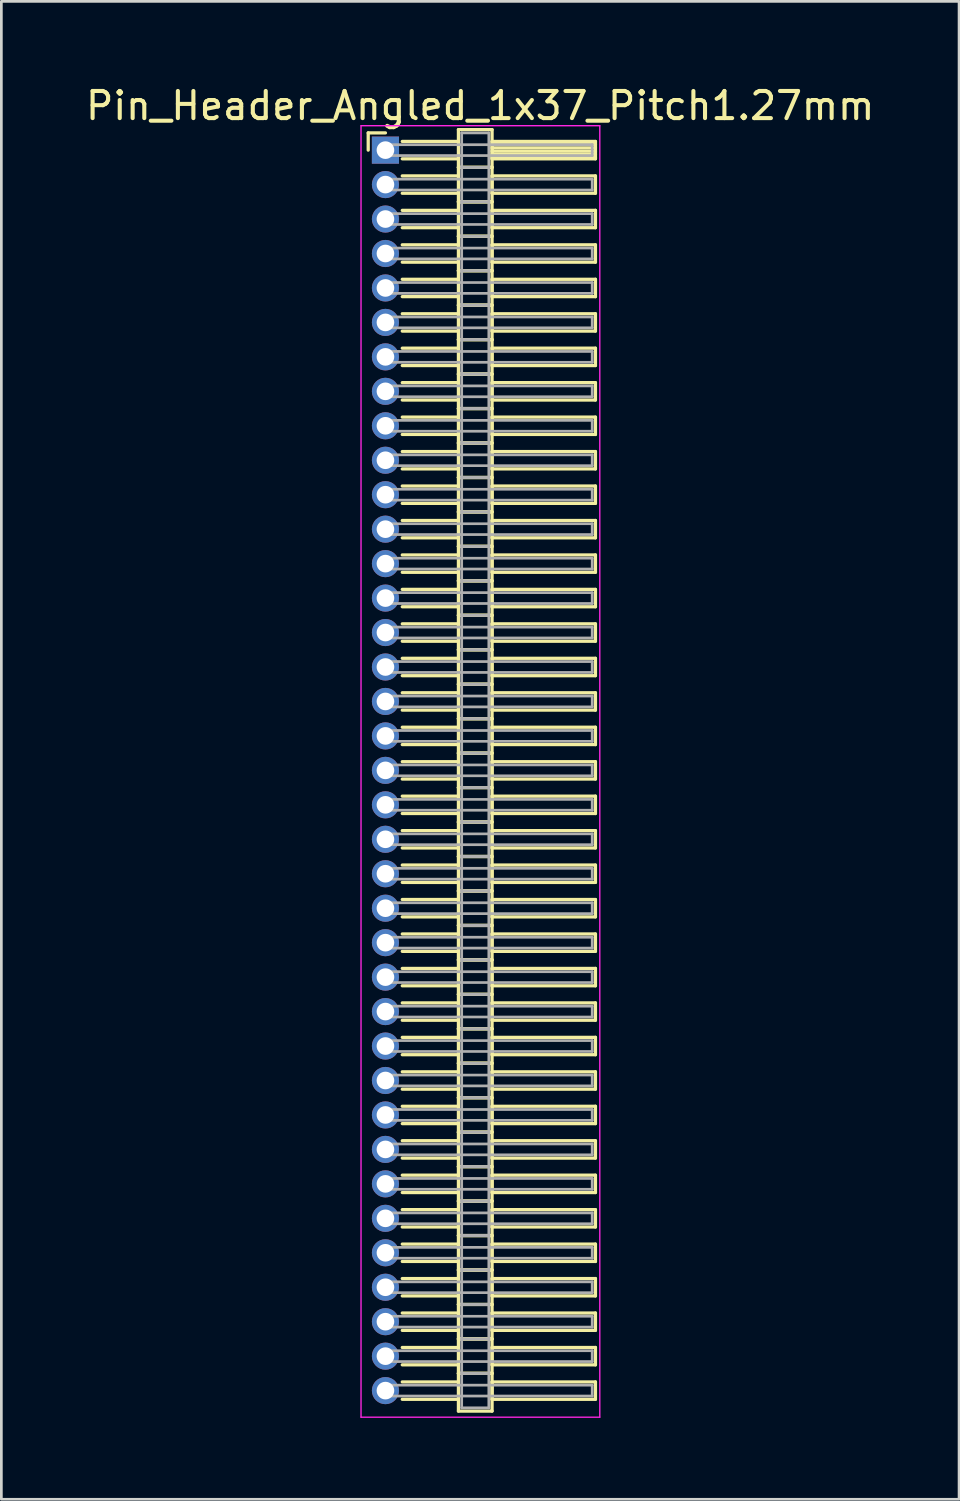
<source format=kicad_pcb>
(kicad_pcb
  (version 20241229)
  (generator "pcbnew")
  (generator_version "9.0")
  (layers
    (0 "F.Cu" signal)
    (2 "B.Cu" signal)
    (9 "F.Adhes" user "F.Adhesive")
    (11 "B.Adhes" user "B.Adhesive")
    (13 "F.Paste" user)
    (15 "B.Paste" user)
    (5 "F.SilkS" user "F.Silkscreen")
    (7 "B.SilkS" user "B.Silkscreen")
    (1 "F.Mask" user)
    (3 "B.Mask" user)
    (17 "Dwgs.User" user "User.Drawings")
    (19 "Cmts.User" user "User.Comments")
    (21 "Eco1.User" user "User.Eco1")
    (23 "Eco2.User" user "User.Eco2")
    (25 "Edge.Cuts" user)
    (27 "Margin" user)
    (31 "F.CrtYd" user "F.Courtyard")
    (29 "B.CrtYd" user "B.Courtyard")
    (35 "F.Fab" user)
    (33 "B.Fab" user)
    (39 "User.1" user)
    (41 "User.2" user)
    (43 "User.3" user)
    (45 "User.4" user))
  (footprint "Pin_Header_Angled_1x37_Pitch1.27mm"
    (layer "F.Cu")
    (at 11.156 2.483)
    (property "Reference" "Pin_Header_Angled_1x37_Pitch1.27mm" (at 3.493 -1.635 0) (layer "F.SilkS") (effects (font (size 1 1) (thickness 0.15))))
    (attr through_hole)
    (fp_line (start -0.635 -0.635) (end 0 -0.635) (stroke (width 0.12) (type solid)) (layer "F.SilkS"))
    (fp_line (start -0.635 0) (end -0.635 -0.635) (stroke (width 0.12) (type solid)) (layer "F.SilkS"))
    (fp_line (start 0.62 -0.32) (end 2.69 -0.32) (stroke (width 0.12) (type solid)) (layer "F.SilkS"))
    (fp_line (start 0.62 0.32) (end 2.69 0.32) (stroke (width 0.12) (type solid)) (layer "F.SilkS"))
    (fp_line (start 0.62 0.95) (end 2.69 0.95) (stroke (width 0.12) (type solid)) (layer "F.SilkS"))
    (fp_line (start 0.62 1.59) (end 2.69 1.59) (stroke (width 0.12) (type solid)) (layer "F.SilkS"))
    (fp_line (start 0.62 2.22) (end 2.69 2.22) (stroke (width 0.12) (type solid)) (layer "F.SilkS"))
    (fp_line (start 0.62 2.86) (end 2.69 2.86) (stroke (width 0.12) (type solid)) (layer "F.SilkS"))
    (fp_line (start 0.62 3.49) (end 2.69 3.49) (stroke (width 0.12) (type solid)) (layer "F.SilkS"))
    (fp_line (start 0.62 4.13) (end 2.69 4.13) (stroke (width 0.12) (type solid)) (layer "F.SilkS"))
    (fp_line (start 0.62 4.76) (end 2.69 4.76) (stroke (width 0.12) (type solid)) (layer "F.SilkS"))
    (fp_line (start 0.62 5.4) (end 2.69 5.4) (stroke (width 0.12) (type solid)) (layer "F.SilkS"))
    (fp_line (start 0.62 6.03) (end 2.69 6.03) (stroke (width 0.12) (type solid)) (layer "F.SilkS"))
    (fp_line (start 0.62 6.67) (end 2.69 6.67) (stroke (width 0.12) (type solid)) (layer "F.SilkS"))
    (fp_line (start 0.62 7.3) (end 2.69 7.3) (stroke (width 0.12) (type solid)) (layer "F.SilkS"))
    (fp_line (start 0.62 7.94) (end 2.69 7.94) (stroke (width 0.12) (type solid)) (layer "F.SilkS"))
    (fp_line (start 0.62 8.57) (end 2.69 8.57) (stroke (width 0.12) (type solid)) (layer "F.SilkS"))
    (fp_line (start 0.62 9.21) (end 2.69 9.21) (stroke (width 0.12) (type solid)) (layer "F.SilkS"))
    (fp_line (start 0.62 9.84) (end 2.69 9.84) (stroke (width 0.12) (type solid)) (layer "F.SilkS"))
    (fp_line (start 0.62 10.48) (end 2.69 10.48) (stroke (width 0.12) (type solid)) (layer "F.SilkS"))
    (fp_line (start 0.62 11.11) (end 2.69 11.11) (stroke (width 0.12) (type solid)) (layer "F.SilkS"))
    (fp_line (start 0.62 11.75) (end 2.69 11.75) (stroke (width 0.12) (type solid)) (layer "F.SilkS"))
    (fp_line (start 0.62 12.38) (end 2.69 12.38) (stroke (width 0.12) (type solid)) (layer "F.SilkS"))
    (fp_line (start 0.62 13.02) (end 2.69 13.02) (stroke (width 0.12) (type solid)) (layer "F.SilkS"))
    (fp_line (start 0.62 13.65) (end 2.69 13.65) (stroke (width 0.12) (type solid)) (layer "F.SilkS"))
    (fp_line (start 0.62 14.29) (end 2.69 14.29) (stroke (width 0.12) (type solid)) (layer "F.SilkS"))
    (fp_line (start 0.62 14.92) (end 2.69 14.92) (stroke (width 0.12) (type solid)) (layer "F.SilkS"))
    (fp_line (start 0.62 15.56) (end 2.69 15.56) (stroke (width 0.12) (type solid)) (layer "F.SilkS"))
    (fp_line (start 0.62 16.19) (end 2.69 16.19) (stroke (width 0.12) (type solid)) (layer "F.SilkS"))
    (fp_line (start 0.62 16.83) (end 2.69 16.83) (stroke (width 0.12) (type solid)) (layer "F.SilkS"))
    (fp_line (start 0.62 17.46) (end 2.69 17.46) (stroke (width 0.12) (type solid)) (layer "F.SilkS"))
    (fp_line (start 0.62 18.1) (end 2.69 18.1) (stroke (width 0.12) (type solid)) (layer "F.SilkS"))
    (fp_line (start 0.62 18.73) (end 2.69 18.73) (stroke (width 0.12) (type solid)) (layer "F.SilkS"))
    (fp_line (start 0.62 19.37) (end 2.69 19.37) (stroke (width 0.12) (type solid)) (layer "F.SilkS"))
    (fp_line (start 0.62 20) (end 2.69 20) (stroke (width 0.12) (type solid)) (layer "F.SilkS"))
    (fp_line (start 0.62 20.64) (end 2.69 20.64) (stroke (width 0.12) (type solid)) (layer "F.SilkS"))
    (fp_line (start 0.62 21.27) (end 2.69 21.27) (stroke (width 0.12) (type solid)) (layer "F.SilkS"))
    (fp_line (start 0.62 21.91) (end 2.69 21.91) (stroke (width 0.12) (type solid)) (layer "F.SilkS"))
    (fp_line (start 0.62 22.54) (end 2.69 22.54) (stroke (width 0.12) (type solid)) (layer "F.SilkS"))
    (fp_line (start 0.62 23.18) (end 2.69 23.18) (stroke (width 0.12) (type solid)) (layer "F.SilkS"))
    (fp_line (start 0.62 23.81) (end 2.69 23.81) (stroke (width 0.12) (type solid)) (layer "F.SilkS"))
    (fp_line (start 0.62 24.45) (end 2.69 24.45) (stroke (width 0.12) (type solid)) (layer "F.SilkS"))
    (fp_line (start 0.62 25.08) (end 2.69 25.08) (stroke (width 0.12) (type solid)) (layer "F.SilkS"))
    (fp_line (start 0.62 25.72) (end 2.69 25.72) (stroke (width 0.12) (type solid)) (layer "F.SilkS"))
    (fp_line (start 0.62 26.35) (end 2.69 26.35) (stroke (width 0.12) (type solid)) (layer "F.SilkS"))
    (fp_line (start 0.62 26.99) (end 2.69 26.99) (stroke (width 0.12) (type solid)) (layer "F.SilkS"))
    (fp_line (start 0.62 27.62) (end 2.69 27.62) (stroke (width 0.12) (type solid)) (layer "F.SilkS"))
    (fp_line (start 0.62 28.26) (end 2.69 28.26) (stroke (width 0.12) (type solid)) (layer "F.SilkS"))
    (fp_line (start 0.62 28.89) (end 2.69 28.89) (stroke (width 0.12) (type solid)) (layer "F.SilkS"))
    (fp_line (start 0.62 29.53) (end 2.69 29.53) (stroke (width 0.12) (type solid)) (layer "F.SilkS"))
    (fp_line (start 0.62 30.16) (end 2.69 30.16) (stroke (width 0.12) (type solid)) (layer "F.SilkS"))
    (fp_line (start 0.62 30.8) (end 2.69 30.8) (stroke (width 0.12) (type solid)) (layer "F.SilkS"))
    (fp_line (start 0.62 31.43) (end 2.69 31.43) (stroke (width 0.12) (type solid)) (layer "F.SilkS"))
    (fp_line (start 0.62 32.07) (end 2.69 32.07) (stroke (width 0.12) (type solid)) (layer "F.SilkS"))
    (fp_line (start 0.62 32.7) (end 2.69 32.7) (stroke (width 0.12) (type solid)) (layer "F.SilkS"))
    (fp_line (start 0.62 33.34) (end 2.69 33.34) (stroke (width 0.12) (type solid)) (layer "F.SilkS"))
    (fp_line (start 0.62 33.97) (end 2.69 33.97) (stroke (width 0.12) (type solid)) (layer "F.SilkS"))
    (fp_line (start 0.62 34.61) (end 2.69 34.61) (stroke (width 0.12) (type solid)) (layer "F.SilkS"))
    (fp_line (start 0.62 35.24) (end 2.69 35.24) (stroke (width 0.12) (type solid)) (layer "F.SilkS"))
    (fp_line (start 0.62 35.88) (end 2.69 35.88) (stroke (width 0.12) (type solid)) (layer "F.SilkS"))
    (fp_line (start 0.62 36.51) (end 2.69 36.51) (stroke (width 0.12) (type solid)) (layer "F.SilkS"))
    (fp_line (start 0.62 37.15) (end 2.69 37.15) (stroke (width 0.12) (type solid)) (layer "F.SilkS"))
    (fp_line (start 0.62 37.78) (end 2.69 37.78) (stroke (width 0.12) (type solid)) (layer "F.SilkS"))
    (fp_line (start 0.62 38.42) (end 2.69 38.42) (stroke (width 0.12) (type solid)) (layer "F.SilkS"))
    (fp_line (start 0.62 39.05) (end 2.69 39.05) (stroke (width 0.12) (type solid)) (layer "F.SilkS"))
    (fp_line (start 0.62 39.69) (end 2.69 39.69) (stroke (width 0.12) (type solid)) (layer "F.SilkS"))
    (fp_line (start 0.62 40.32) (end 2.69 40.32) (stroke (width 0.12) (type solid)) (layer "F.SilkS"))
    (fp_line (start 0.62 40.96) (end 2.69 40.96) (stroke (width 0.12) (type solid)) (layer "F.SilkS"))
    (fp_line (start 0.62 41.59) (end 2.69 41.59) (stroke (width 0.12) (type solid)) (layer "F.SilkS"))
    (fp_line (start 0.62 42.23) (end 2.69 42.23) (stroke (width 0.12) (type solid)) (layer "F.SilkS"))
    (fp_line (start 0.62 42.86) (end 2.69 42.86) (stroke (width 0.12) (type solid)) (layer "F.SilkS"))
    (fp_line (start 0.62 43.5) (end 2.69 43.5) (stroke (width 0.12) (type solid)) (layer "F.SilkS"))
    (fp_line (start 0.62 44.13) (end 2.69 44.13) (stroke (width 0.12) (type solid)) (layer "F.SilkS"))
    (fp_line (start 0.62 44.77) (end 2.69 44.77) (stroke (width 0.12) (type solid)) (layer "F.SilkS"))
    (fp_line (start 0.62 45.4) (end 2.69 45.4) (stroke (width 0.12) (type solid)) (layer "F.SilkS"))
    (fp_line (start 0.62 46.04) (end 2.69 46.04) (stroke (width 0.12) (type solid)) (layer "F.SilkS"))
    (fp_line (start 2.69 -0.755) (end 2.69 0.635) (stroke (width 0.12) (type solid)) (layer "F.SilkS"))
    (fp_line (start 2.69 0.635) (end 2.69 1.905) (stroke (width 0.12) (type solid)) (layer "F.SilkS"))
    (fp_line (start 2.69 0.635) (end 3.93 0.635) (stroke (width 0.12) (type solid)) (layer "F.SilkS"))
    (fp_line (start 2.69 1.905) (end 2.69 3.175) (stroke (width 0.12) (type solid)) (layer "F.SilkS"))
    (fp_line (start 2.69 1.905) (end 3.93 1.905) (stroke (width 0.12) (type solid)) (layer "F.SilkS"))
    (fp_line (start 2.69 3.175) (end 2.69 4.445) (stroke (width 0.12) (type solid)) (layer "F.SilkS"))
    (fp_line (start 2.69 3.175) (end 3.93 3.175) (stroke (width 0.12) (type solid)) (layer "F.SilkS"))
    (fp_line (start 2.69 4.445) (end 2.69 5.715) (stroke (width 0.12) (type solid)) (layer "F.SilkS"))
    (fp_line (start 2.69 4.445) (end 3.93 4.445) (stroke (width 0.12) (type solid)) (layer "F.SilkS"))
    (fp_line (start 2.69 5.715) (end 2.69 6.985) (stroke (width 0.12) (type solid)) (layer "F.SilkS"))
    (fp_line (start 2.69 5.715) (end 3.93 5.715) (stroke (width 0.12) (type solid)) (layer "F.SilkS"))
    (fp_line (start 2.69 6.985) (end 2.69 8.255) (stroke (width 0.12) (type solid)) (layer "F.SilkS"))
    (fp_line (start 2.69 6.985) (end 3.93 6.985) (stroke (width 0.12) (type solid)) (layer "F.SilkS"))
    (fp_line (start 2.69 8.255) (end 2.69 9.525) (stroke (width 0.12) (type solid)) (layer "F.SilkS"))
    (fp_line (start 2.69 8.255) (end 3.93 8.255) (stroke (width 0.12) (type solid)) (layer "F.SilkS"))
    (fp_line (start 2.69 9.525) (end 2.69 10.795) (stroke (width 0.12) (type solid)) (layer "F.SilkS"))
    (fp_line (start 2.69 9.525) (end 3.93 9.525) (stroke (width 0.12) (type solid)) (layer "F.SilkS"))
    (fp_line (start 2.69 10.795) (end 2.69 12.065) (stroke (width 0.12) (type solid)) (layer "F.SilkS"))
    (fp_line (start 2.69 10.795) (end 3.93 10.795) (stroke (width 0.12) (type solid)) (layer "F.SilkS"))
    (fp_line (start 2.69 12.065) (end 2.69 13.335) (stroke (width 0.12) (type solid)) (layer "F.SilkS"))
    (fp_line (start 2.69 12.065) (end 3.93 12.065) (stroke (width 0.12) (type solid)) (layer "F.SilkS"))
    (fp_line (start 2.69 13.335) (end 2.69 14.605) (stroke (width 0.12) (type solid)) (layer "F.SilkS"))
    (fp_line (start 2.69 13.335) (end 3.93 13.335) (stroke (width 0.12) (type solid)) (layer "F.SilkS"))
    (fp_line (start 2.69 14.605) (end 2.69 15.875) (stroke (width 0.12) (type solid)) (layer "F.SilkS"))
    (fp_line (start 2.69 14.605) (end 3.93 14.605) (stroke (width 0.12) (type solid)) (layer "F.SilkS"))
    (fp_line (start 2.69 15.875) (end 2.69 17.145) (stroke (width 0.12) (type solid)) (layer "F.SilkS"))
    (fp_line (start 2.69 15.875) (end 3.93 15.875) (stroke (width 0.12) (type solid)) (layer "F.SilkS"))
    (fp_line (start 2.69 17.145) (end 2.69 18.415) (stroke (width 0.12) (type solid)) (layer "F.SilkS"))
    (fp_line (start 2.69 17.145) (end 3.93 17.145) (stroke (width 0.12) (type solid)) (layer "F.SilkS"))
    (fp_line (start 2.69 18.415) (end 2.69 19.685) (stroke (width 0.12) (type solid)) (layer "F.SilkS"))
    (fp_line (start 2.69 18.415) (end 3.93 18.415) (stroke (width 0.12) (type solid)) (layer "F.SilkS"))
    (fp_line (start 2.69 19.685) (end 2.69 20.955) (stroke (width 0.12) (type solid)) (layer "F.SilkS"))
    (fp_line (start 2.69 19.685) (end 3.93 19.685) (stroke (width 0.12) (type solid)) (layer "F.SilkS"))
    (fp_line (start 2.69 20.955) (end 2.69 22.225) (stroke (width 0.12) (type solid)) (layer "F.SilkS"))
    (fp_line (start 2.69 20.955) (end 3.93 20.955) (stroke (width 0.12) (type solid)) (layer "F.SilkS"))
    (fp_line (start 2.69 22.225) (end 2.69 23.495) (stroke (width 0.12) (type solid)) (layer "F.SilkS"))
    (fp_line (start 2.69 22.225) (end 3.93 22.225) (stroke (width 0.12) (type solid)) (layer "F.SilkS"))
    (fp_line (start 2.69 23.495) (end 2.69 24.765) (stroke (width 0.12) (type solid)) (layer "F.SilkS"))
    (fp_line (start 2.69 23.495) (end 3.93 23.495) (stroke (width 0.12) (type solid)) (layer "F.SilkS"))
    (fp_line (start 2.69 24.765) (end 2.69 26.035) (stroke (width 0.12) (type solid)) (layer "F.SilkS"))
    (fp_line (start 2.69 24.765) (end 3.93 24.765) (stroke (width 0.12) (type solid)) (layer "F.SilkS"))
    (fp_line (start 2.69 26.035) (end 2.69 27.305) (stroke (width 0.12) (type solid)) (layer "F.SilkS"))
    (fp_line (start 2.69 26.035) (end 3.93 26.035) (stroke (width 0.12) (type solid)) (layer "F.SilkS"))
    (fp_line (start 2.69 27.305) (end 2.69 28.575) (stroke (width 0.12) (type solid)) (layer "F.SilkS"))
    (fp_line (start 2.69 27.305) (end 3.93 27.305) (stroke (width 0.12) (type solid)) (layer "F.SilkS"))
    (fp_line (start 2.69 28.575) (end 2.69 29.845) (stroke (width 0.12) (type solid)) (layer "F.SilkS"))
    (fp_line (start 2.69 28.575) (end 3.93 28.575) (stroke (width 0.12) (type solid)) (layer "F.SilkS"))
    (fp_line (start 2.69 29.845) (end 2.69 31.115) (stroke (width 0.12) (type solid)) (layer "F.SilkS"))
    (fp_line (start 2.69 29.845) (end 3.93 29.845) (stroke (width 0.12) (type solid)) (layer "F.SilkS"))
    (fp_line (start 2.69 31.115) (end 2.69 32.385) (stroke (width 0.12) (type solid)) (layer "F.SilkS"))
    (fp_line (start 2.69 31.115) (end 3.93 31.115) (stroke (width 0.12) (type solid)) (layer "F.SilkS"))
    (fp_line (start 2.69 32.385) (end 2.69 33.655) (stroke (width 0.12) (type solid)) (layer "F.SilkS"))
    (fp_line (start 2.69 32.385) (end 3.93 32.385) (stroke (width 0.12) (type solid)) (layer "F.SilkS"))
    (fp_line (start 2.69 33.655) (end 2.69 34.925) (stroke (width 0.12) (type solid)) (layer "F.SilkS"))
    (fp_line (start 2.69 33.655) (end 3.93 33.655) (stroke (width 0.12) (type solid)) (layer "F.SilkS"))
    (fp_line (start 2.69 34.925) (end 2.69 36.195) (stroke (width 0.12) (type solid)) (layer "F.SilkS"))
    (fp_line (start 2.69 34.925) (end 3.93 34.925) (stroke (width 0.12) (type solid)) (layer "F.SilkS"))
    (fp_line (start 2.69 36.195) (end 2.69 37.465) (stroke (width 0.12) (type solid)) (layer "F.SilkS"))
    (fp_line (start 2.69 36.195) (end 3.93 36.195) (stroke (width 0.12) (type solid)) (layer "F.SilkS"))
    (fp_line (start 2.69 37.465) (end 2.69 38.735) (stroke (width 0.12) (type solid)) (layer "F.SilkS"))
    (fp_line (start 2.69 37.465) (end 3.93 37.465) (stroke (width 0.12) (type solid)) (layer "F.SilkS"))
    (fp_line (start 2.69 38.735) (end 2.69 40.005) (stroke (width 0.12) (type solid)) (layer "F.SilkS"))
    (fp_line (start 2.69 38.735) (end 3.93 38.735) (stroke (width 0.12) (type solid)) (layer "F.SilkS"))
    (fp_line (start 2.69 40.005) (end 2.69 41.275) (stroke (width 0.12) (type solid)) (layer "F.SilkS"))
    (fp_line (start 2.69 40.005) (end 3.93 40.005) (stroke (width 0.12) (type solid)) (layer "F.SilkS"))
    (fp_line (start 2.69 41.275) (end 2.69 42.545) (stroke (width 0.12) (type solid)) (layer "F.SilkS"))
    (fp_line (start 2.69 41.275) (end 3.93 41.275) (stroke (width 0.12) (type solid)) (layer "F.SilkS"))
    (fp_line (start 2.69 42.545) (end 2.69 43.815) (stroke (width 0.12) (type solid)) (layer "F.SilkS"))
    (fp_line (start 2.69 42.545) (end 3.93 42.545) (stroke (width 0.12) (type solid)) (layer "F.SilkS"))
    (fp_line (start 2.69 43.815) (end 2.69 45.085) (stroke (width 0.12) (type solid)) (layer "F.SilkS"))
    (fp_line (start 2.69 43.815) (end 3.93 43.815) (stroke (width 0.12) (type solid)) (layer "F.SilkS"))
    (fp_line (start 2.69 45.085) (end 2.69 46.475) (stroke (width 0.12) (type solid)) (layer "F.SilkS"))
    (fp_line (start 2.69 45.085) (end 3.93 45.085) (stroke (width 0.12) (type solid)) (layer "F.SilkS"))
    (fp_line (start 2.69 46.475) (end 3.93 46.475) (stroke (width 0.12) (type solid)) (layer "F.SilkS"))
    (fp_line (start 3.93 -0.755) (end 2.69 -0.755) (stroke (width 0.12) (type solid)) (layer "F.SilkS"))
    (fp_line (start 3.93 -0.32) (end 3.93 0.32) (stroke (width 0.12) (type solid)) (layer "F.SilkS"))
    (fp_line (start 3.93 -0.2) (end 7.74 -0.2) (stroke (width 0.12) (type solid)) (layer "F.SilkS"))
    (fp_line (start 3.93 -0.08) (end 7.74 -0.08) (stroke (width 0.12) (type solid)) (layer "F.SilkS"))
    (fp_line (start 3.93 0.04) (end 7.74 0.04) (stroke (width 0.12) (type solid)) (layer "F.SilkS"))
    (fp_line (start 3.93 0.16) (end 7.74 0.16) (stroke (width 0.12) (type solid)) (layer "F.SilkS"))
    (fp_line (start 3.93 0.28) (end 7.74 0.28) (stroke (width 0.12) (type solid)) (layer "F.SilkS"))
    (fp_line (start 3.93 0.32) (end 7.74 0.32) (stroke (width 0.12) (type solid)) (layer "F.SilkS"))
    (fp_line (start 3.93 0.635) (end 2.69 0.635) (stroke (width 0.12) (type solid)) (layer "F.SilkS"))
    (fp_line (start 3.93 0.635) (end 3.93 -0.755) (stroke (width 0.12) (type solid)) (layer "F.SilkS"))
    (fp_line (start 3.93 0.95) (end 3.93 1.59) (stroke (width 0.12) (type solid)) (layer "F.SilkS"))
    (fp_line (start 3.93 1.59) (end 7.74 1.59) (stroke (width 0.12) (type solid)) (layer "F.SilkS"))
    (fp_line (start 3.93 1.905) (end 2.69 1.905) (stroke (width 0.12) (type solid)) (layer "F.SilkS"))
    (fp_line (start 3.93 1.905) (end 3.93 0.635) (stroke (width 0.12) (type solid)) (layer "F.SilkS"))
    (fp_line (start 3.93 2.22) (end 3.93 2.86) (stroke (width 0.12) (type solid)) (layer "F.SilkS"))
    (fp_line (start 3.93 2.86) (end 7.74 2.86) (stroke (width 0.12) (type solid)) (layer "F.SilkS"))
    (fp_line (start 3.93 3.175) (end 2.69 3.175) (stroke (width 0.12) (type solid)) (layer "F.SilkS"))
    (fp_line (start 3.93 3.175) (end 3.93 1.905) (stroke (width 0.12) (type solid)) (layer "F.SilkS"))
    (fp_line (start 3.93 3.49) (end 3.93 4.13) (stroke (width 0.12) (type solid)) (layer "F.SilkS"))
    (fp_line (start 3.93 4.13) (end 7.74 4.13) (stroke (width 0.12) (type solid)) (layer "F.SilkS"))
    (fp_line (start 3.93 4.445) (end 2.69 4.445) (stroke (width 0.12) (type solid)) (layer "F.SilkS"))
    (fp_line (start 3.93 4.445) (end 3.93 3.175) (stroke (width 0.12) (type solid)) (layer "F.SilkS"))
    (fp_line (start 3.93 4.76) (end 3.93 5.4) (stroke (width 0.12) (type solid)) (layer "F.SilkS"))
    (fp_line (start 3.93 5.4) (end 7.74 5.4) (stroke (width 0.12) (type solid)) (layer "F.SilkS"))
    (fp_line (start 3.93 5.715) (end 2.69 5.715) (stroke (width 0.12) (type solid)) (layer "F.SilkS"))
    (fp_line (start 3.93 5.715) (end 3.93 4.445) (stroke (width 0.12) (type solid)) (layer "F.SilkS"))
    (fp_line (start 3.93 6.03) (end 3.93 6.67) (stroke (width 0.12) (type solid)) (layer "F.SilkS"))
    (fp_line (start 3.93 6.67) (end 7.74 6.67) (stroke (width 0.12) (type solid)) (layer "F.SilkS"))
    (fp_line (start 3.93 6.985) (end 2.69 6.985) (stroke (width 0.12) (type solid)) (layer "F.SilkS"))
    (fp_line (start 3.93 6.985) (end 3.93 5.715) (stroke (width 0.12) (type solid)) (layer "F.SilkS"))
    (fp_line (start 3.93 7.3) (end 3.93 7.94) (stroke (width 0.12) (type solid)) (layer "F.SilkS"))
    (fp_line (start 3.93 7.94) (end 7.74 7.94) (stroke (width 0.12) (type solid)) (layer "F.SilkS"))
    (fp_line (start 3.93 8.255) (end 2.69 8.255) (stroke (width 0.12) (type solid)) (layer "F.SilkS"))
    (fp_line (start 3.93 8.255) (end 3.93 6.985) (stroke (width 0.12) (type solid)) (layer "F.SilkS"))
    (fp_line (start 3.93 8.57) (end 3.93 9.21) (stroke (width 0.12) (type solid)) (layer "F.SilkS"))
    (fp_line (start 3.93 9.21) (end 7.74 9.21) (stroke (width 0.12) (type solid)) (layer "F.SilkS"))
    (fp_line (start 3.93 9.525) (end 2.69 9.525) (stroke (width 0.12) (type solid)) (layer "F.SilkS"))
    (fp_line (start 3.93 9.525) (end 3.93 8.255) (stroke (width 0.12) (type solid)) (layer "F.SilkS"))
    (fp_line (start 3.93 9.84) (end 3.93 10.48) (stroke (width 0.12) (type solid)) (layer "F.SilkS"))
    (fp_line (start 3.93 10.48) (end 7.74 10.48) (stroke (width 0.12) (type solid)) (layer "F.SilkS"))
    (fp_line (start 3.93 10.795) (end 2.69 10.795) (stroke (width 0.12) (type solid)) (layer "F.SilkS"))
    (fp_line (start 3.93 10.795) (end 3.93 9.525) (stroke (width 0.12) (type solid)) (layer "F.SilkS"))
    (fp_line (start 3.93 11.11) (end 3.93 11.75) (stroke (width 0.12) (type solid)) (layer "F.SilkS"))
    (fp_line (start 3.93 11.75) (end 7.74 11.75) (stroke (width 0.12) (type solid)) (layer "F.SilkS"))
    (fp_line (start 3.93 12.065) (end 2.69 12.065) (stroke (width 0.12) (type solid)) (layer "F.SilkS"))
    (fp_line (start 3.93 12.065) (end 3.93 10.795) (stroke (width 0.12) (type solid)) (layer "F.SilkS"))
    (fp_line (start 3.93 12.38) (end 3.93 13.02) (stroke (width 0.12) (type solid)) (layer "F.SilkS"))
    (fp_line (start 3.93 13.02) (end 7.74 13.02) (stroke (width 0.12) (type solid)) (layer "F.SilkS"))
    (fp_line (start 3.93 13.335) (end 2.69 13.335) (stroke (width 0.12) (type solid)) (layer "F.SilkS"))
    (fp_line (start 3.93 13.335) (end 3.93 12.065) (stroke (width 0.12) (type solid)) (layer "F.SilkS"))
    (fp_line (start 3.93 13.65) (end 3.93 14.29) (stroke (width 0.12) (type solid)) (layer "F.SilkS"))
    (fp_line (start 3.93 14.29) (end 7.74 14.29) (stroke (width 0.12) (type solid)) (layer "F.SilkS"))
    (fp_line (start 3.93 14.605) (end 2.69 14.605) (stroke (width 0.12) (type solid)) (layer "F.SilkS"))
    (fp_line (start 3.93 14.605) (end 3.93 13.335) (stroke (width 0.12) (type solid)) (layer "F.SilkS"))
    (fp_line (start 3.93 14.92) (end 3.93 15.56) (stroke (width 0.12) (type solid)) (layer "F.SilkS"))
    (fp_line (start 3.93 15.56) (end 7.74 15.56) (stroke (width 0.12) (type solid)) (layer "F.SilkS"))
    (fp_line (start 3.93 15.875) (end 2.69 15.875) (stroke (width 0.12) (type solid)) (layer "F.SilkS"))
    (fp_line (start 3.93 15.875) (end 3.93 14.605) (stroke (width 0.12) (type solid)) (layer "F.SilkS"))
    (fp_line (start 3.93 16.19) (end 3.93 16.83) (stroke (width 0.12) (type solid)) (layer "F.SilkS"))
    (fp_line (start 3.93 16.83) (end 7.74 16.83) (stroke (width 0.12) (type solid)) (layer "F.SilkS"))
    (fp_line (start 3.93 17.145) (end 2.69 17.145) (stroke (width 0.12) (type solid)) (layer "F.SilkS"))
    (fp_line (start 3.93 17.145) (end 3.93 15.875) (stroke (width 0.12) (type solid)) (layer "F.SilkS"))
    (fp_line (start 3.93 17.46) (end 3.93 18.1) (stroke (width 0.12) (type solid)) (layer "F.SilkS"))
    (fp_line (start 3.93 18.1) (end 7.74 18.1) (stroke (width 0.12) (type solid)) (layer "F.SilkS"))
    (fp_line (start 3.93 18.415) (end 2.69 18.415) (stroke (width 0.12) (type solid)) (layer "F.SilkS"))
    (fp_line (start 3.93 18.415) (end 3.93 17.145) (stroke (width 0.12) (type solid)) (layer "F.SilkS"))
    (fp_line (start 3.93 18.73) (end 3.93 19.37) (stroke (width 0.12) (type solid)) (layer "F.SilkS"))
    (fp_line (start 3.93 19.37) (end 7.74 19.37) (stroke (width 0.12) (type solid)) (layer "F.SilkS"))
    (fp_line (start 3.93 19.685) (end 2.69 19.685) (stroke (width 0.12) (type solid)) (layer "F.SilkS"))
    (fp_line (start 3.93 19.685) (end 3.93 18.415) (stroke (width 0.12) (type solid)) (layer "F.SilkS"))
    (fp_line (start 3.93 20) (end 3.93 20.64) (stroke (width 0.12) (type solid)) (layer "F.SilkS"))
    (fp_line (start 3.93 20.64) (end 7.74 20.64) (stroke (width 0.12) (type solid)) (layer "F.SilkS"))
    (fp_line (start 3.93 20.955) (end 2.69 20.955) (stroke (width 0.12) (type solid)) (layer "F.SilkS"))
    (fp_line (start 3.93 20.955) (end 3.93 19.685) (stroke (width 0.12) (type solid)) (layer "F.SilkS"))
    (fp_line (start 3.93 21.27) (end 3.93 21.91) (stroke (width 0.12) (type solid)) (layer "F.SilkS"))
    (fp_line (start 3.93 21.91) (end 7.74 21.91) (stroke (width 0.12) (type solid)) (layer "F.SilkS"))
    (fp_line (start 3.93 22.225) (end 2.69 22.225) (stroke (width 0.12) (type solid)) (layer "F.SilkS"))
    (fp_line (start 3.93 22.225) (end 3.93 20.955) (stroke (width 0.12) (type solid)) (layer "F.SilkS"))
    (fp_line (start 3.93 22.54) (end 3.93 23.18) (stroke (width 0.12) (type solid)) (layer "F.SilkS"))
    (fp_line (start 3.93 23.18) (end 7.74 23.18) (stroke (width 0.12) (type solid)) (layer "F.SilkS"))
    (fp_line (start 3.93 23.495) (end 2.69 23.495) (stroke (width 0.12) (type solid)) (layer "F.SilkS"))
    (fp_line (start 3.93 23.495) (end 3.93 22.225) (stroke (width 0.12) (type solid)) (layer "F.SilkS"))
    (fp_line (start 3.93 23.81) (end 3.93 24.45) (stroke (width 0.12) (type solid)) (layer "F.SilkS"))
    (fp_line (start 3.93 24.45) (end 7.74 24.45) (stroke (width 0.12) (type solid)) (layer "F.SilkS"))
    (fp_line (start 3.93 24.765) (end 2.69 24.765) (stroke (width 0.12) (type solid)) (layer "F.SilkS"))
    (fp_line (start 3.93 24.765) (end 3.93 23.495) (stroke (width 0.12) (type solid)) (layer "F.SilkS"))
    (fp_line (start 3.93 25.08) (end 3.93 25.72) (stroke (width 0.12) (type solid)) (layer "F.SilkS"))
    (fp_line (start 3.93 25.72) (end 7.74 25.72) (stroke (width 0.12) (type solid)) (layer "F.SilkS"))
    (fp_line (start 3.93 26.035) (end 2.69 26.035) (stroke (width 0.12) (type solid)) (layer "F.SilkS"))
    (fp_line (start 3.93 26.035) (end 3.93 24.765) (stroke (width 0.12) (type solid)) (layer "F.SilkS"))
    (fp_line (start 3.93 26.35) (end 3.93 26.99) (stroke (width 0.12) (type solid)) (layer "F.SilkS"))
    (fp_line (start 3.93 26.99) (end 7.74 26.99) (stroke (width 0.12) (type solid)) (layer "F.SilkS"))
    (fp_line (start 3.93 27.305) (end 2.69 27.305) (stroke (width 0.12) (type solid)) (layer "F.SilkS"))
    (fp_line (start 3.93 27.305) (end 3.93 26.035) (stroke (width 0.12) (type solid)) (layer "F.SilkS"))
    (fp_line (start 3.93 27.62) (end 3.93 28.26) (stroke (width 0.12) (type solid)) (layer "F.SilkS"))
    (fp_line (start 3.93 28.26) (end 7.74 28.26) (stroke (width 0.12) (type solid)) (layer "F.SilkS"))
    (fp_line (start 3.93 28.575) (end 2.69 28.575) (stroke (width 0.12) (type solid)) (layer "F.SilkS"))
    (fp_line (start 3.93 28.575) (end 3.93 27.305) (stroke (width 0.12) (type solid)) (layer "F.SilkS"))
    (fp_line (start 3.93 28.89) (end 3.93 29.53) (stroke (width 0.12) (type solid)) (layer "F.SilkS"))
    (fp_line (start 3.93 29.53) (end 7.74 29.53) (stroke (width 0.12) (type solid)) (layer "F.SilkS"))
    (fp_line (start 3.93 29.845) (end 2.69 29.845) (stroke (width 0.12) (type solid)) (layer "F.SilkS"))
    (fp_line (start 3.93 29.845) (end 3.93 28.575) (stroke (width 0.12) (type solid)) (layer "F.SilkS"))
    (fp_line (start 3.93 30.16) (end 3.93 30.8) (stroke (width 0.12) (type solid)) (layer "F.SilkS"))
    (fp_line (start 3.93 30.8) (end 7.74 30.8) (stroke (width 0.12) (type solid)) (layer "F.SilkS"))
    (fp_line (start 3.93 31.115) (end 2.69 31.115) (stroke (width 0.12) (type solid)) (layer "F.SilkS"))
    (fp_line (start 3.93 31.115) (end 3.93 29.845) (stroke (width 0.12) (type solid)) (layer "F.SilkS"))
    (fp_line (start 3.93 31.43) (end 3.93 32.07) (stroke (width 0.12) (type solid)) (layer "F.SilkS"))
    (fp_line (start 3.93 32.07) (end 7.74 32.07) (stroke (width 0.12) (type solid)) (layer "F.SilkS"))
    (fp_line (start 3.93 32.385) (end 2.69 32.385) (stroke (width 0.12) (type solid)) (layer "F.SilkS"))
    (fp_line (start 3.93 32.385) (end 3.93 31.115) (stroke (width 0.12) (type solid)) (layer "F.SilkS"))
    (fp_line (start 3.93 32.7) (end 3.93 33.34) (stroke (width 0.12) (type solid)) (layer "F.SilkS"))
    (fp_line (start 3.93 33.34) (end 7.74 33.34) (stroke (width 0.12) (type solid)) (layer "F.SilkS"))
    (fp_line (start 3.93 33.655) (end 2.69 33.655) (stroke (width 0.12) (type solid)) (layer "F.SilkS"))
    (fp_line (start 3.93 33.655) (end 3.93 32.385) (stroke (width 0.12) (type solid)) (layer "F.SilkS"))
    (fp_line (start 3.93 33.97) (end 3.93 34.61) (stroke (width 0.12) (type solid)) (layer "F.SilkS"))
    (fp_line (start 3.93 34.61) (end 7.74 34.61) (stroke (width 0.12) (type solid)) (layer "F.SilkS"))
    (fp_line (start 3.93 34.925) (end 2.69 34.925) (stroke (width 0.12) (type solid)) (layer "F.SilkS"))
    (fp_line (start 3.93 34.925) (end 3.93 33.655) (stroke (width 0.12) (type solid)) (layer "F.SilkS"))
    (fp_line (start 3.93 35.24) (end 3.93 35.88) (stroke (width 0.12) (type solid)) (layer "F.SilkS"))
    (fp_line (start 3.93 35.88) (end 7.74 35.88) (stroke (width 0.12) (type solid)) (layer "F.SilkS"))
    (fp_line (start 3.93 36.195) (end 2.69 36.195) (stroke (width 0.12) (type solid)) (layer "F.SilkS"))
    (fp_line (start 3.93 36.195) (end 3.93 34.925) (stroke (width 0.12) (type solid)) (layer "F.SilkS"))
    (fp_line (start 3.93 36.51) (end 3.93 37.15) (stroke (width 0.12) (type solid)) (layer "F.SilkS"))
    (fp_line (start 3.93 37.15) (end 7.74 37.15) (stroke (width 0.12) (type solid)) (layer "F.SilkS"))
    (fp_line (start 3.93 37.465) (end 2.69 37.465) (stroke (width 0.12) (type solid)) (layer "F.SilkS"))
    (fp_line (start 3.93 37.465) (end 3.93 36.195) (stroke (width 0.12) (type solid)) (layer "F.SilkS"))
    (fp_line (start 3.93 37.78) (end 3.93 38.42) (stroke (width 0.12) (type solid)) (layer "F.SilkS"))
    (fp_line (start 3.93 38.42) (end 7.74 38.42) (stroke (width 0.12) (type solid)) (layer "F.SilkS"))
    (fp_line (start 3.93 38.735) (end 2.69 38.735) (stroke (width 0.12) (type solid)) (layer "F.SilkS"))
    (fp_line (start 3.93 38.735) (end 3.93 37.465) (stroke (width 0.12) (type solid)) (layer "F.SilkS"))
    (fp_line (start 3.93 39.05) (end 3.93 39.69) (stroke (width 0.12) (type solid)) (layer "F.SilkS"))
    (fp_line (start 3.93 39.69) (end 7.74 39.69) (stroke (width 0.12) (type solid)) (layer "F.SilkS"))
    (fp_line (start 3.93 40.005) (end 2.69 40.005) (stroke (width 0.12) (type solid)) (layer "F.SilkS"))
    (fp_line (start 3.93 40.005) (end 3.93 38.735) (stroke (width 0.12) (type solid)) (layer "F.SilkS"))
    (fp_line (start 3.93 40.32) (end 3.93 40.96) (stroke (width 0.12) (type solid)) (layer "F.SilkS"))
    (fp_line (start 3.93 40.96) (end 7.74 40.96) (stroke (width 0.12) (type solid)) (layer "F.SilkS"))
    (fp_line (start 3.93 41.275) (end 2.69 41.275) (stroke (width 0.12) (type solid)) (layer "F.SilkS"))
    (fp_line (start 3.93 41.275) (end 3.93 40.005) (stroke (width 0.12) (type solid)) (layer "F.SilkS"))
    (fp_line (start 3.93 41.59) (end 3.93 42.23) (stroke (width 0.12) (type solid)) (layer "F.SilkS"))
    (fp_line (start 3.93 42.23) (end 7.74 42.23) (stroke (width 0.12) (type solid)) (layer "F.SilkS"))
    (fp_line (start 3.93 42.545) (end 2.69 42.545) (stroke (width 0.12) (type solid)) (layer "F.SilkS"))
    (fp_line (start 3.93 42.545) (end 3.93 41.275) (stroke (width 0.12) (type solid)) (layer "F.SilkS"))
    (fp_line (start 3.93 42.86) (end 3.93 43.5) (stroke (width 0.12) (type solid)) (layer "F.SilkS"))
    (fp_line (start 3.93 43.5) (end 7.74 43.5) (stroke (width 0.12) (type solid)) (layer "F.SilkS"))
    (fp_line (start 3.93 43.815) (end 2.69 43.815) (stroke (width 0.12) (type solid)) (layer "F.SilkS"))
    (fp_line (start 3.93 43.815) (end 3.93 42.545) (stroke (width 0.12) (type solid)) (layer "F.SilkS"))
    (fp_line (start 3.93 44.13) (end 3.93 44.77) (stroke (width 0.12) (type solid)) (layer "F.SilkS"))
    (fp_line (start 3.93 44.77) (end 7.74 44.77) (stroke (width 0.12) (type solid)) (layer "F.SilkS"))
    (fp_line (start 3.93 45.085) (end 2.69 45.085) (stroke (width 0.12) (type solid)) (layer "F.SilkS"))
    (fp_line (start 3.93 45.085) (end 3.93 43.815) (stroke (width 0.12) (type solid)) (layer "F.SilkS"))
    (fp_line (start 3.93 45.4) (end 3.93 46.04) (stroke (width 0.12) (type solid)) (layer "F.SilkS"))
    (fp_line (start 3.93 46.04) (end 7.74 46.04) (stroke (width 0.12) (type solid)) (layer "F.SilkS"))
    (fp_line (start 3.93 46.475) (end 3.93 45.085) (stroke (width 0.12) (type solid)) (layer "F.SilkS"))
    (fp_line (start 7.74 -0.32) (end 3.93 -0.32) (stroke (width 0.12) (type solid)) (layer "F.SilkS"))
    (fp_line (start 7.74 0.32) (end 7.74 -0.32) (stroke (width 0.12) (type solid)) (layer "F.SilkS"))
    (fp_line (start 7.74 0.95) (end 3.93 0.95) (stroke (width 0.12) (type solid)) (layer "F.SilkS"))
    (fp_line (start 7.74 1.59) (end 7.74 0.95) (stroke (width 0.12) (type solid)) (layer "F.SilkS"))
    (fp_line (start 7.74 2.22) (end 3.93 2.22) (stroke (width 0.12) (type solid)) (layer "F.SilkS"))
    (fp_line (start 7.74 2.86) (end 7.74 2.22) (stroke (width 0.12) (type solid)) (layer "F.SilkS"))
    (fp_line (start 7.74 3.49) (end 3.93 3.49) (stroke (width 0.12) (type solid)) (layer "F.SilkS"))
    (fp_line (start 7.74 4.13) (end 7.74 3.49) (stroke (width 0.12) (type solid)) (layer "F.SilkS"))
    (fp_line (start 7.74 4.76) (end 3.93 4.76) (stroke (width 0.12) (type solid)) (layer "F.SilkS"))
    (fp_line (start 7.74 5.4) (end 7.74 4.76) (stroke (width 0.12) (type solid)) (layer "F.SilkS"))
    (fp_line (start 7.74 6.03) (end 3.93 6.03) (stroke (width 0.12) (type solid)) (layer "F.SilkS"))
    (fp_line (start 7.74 6.67) (end 7.74 6.03) (stroke (width 0.12) (type solid)) (layer "F.SilkS"))
    (fp_line (start 7.74 7.3) (end 3.93 7.3) (stroke (width 0.12) (type solid)) (layer "F.SilkS"))
    (fp_line (start 7.74 7.94) (end 7.74 7.3) (stroke (width 0.12) (type solid)) (layer "F.SilkS"))
    (fp_line (start 7.74 8.57) (end 3.93 8.57) (stroke (width 0.12) (type solid)) (layer "F.SilkS"))
    (fp_line (start 7.74 9.21) (end 7.74 8.57) (stroke (width 0.12) (type solid)) (layer "F.SilkS"))
    (fp_line (start 7.74 9.84) (end 3.93 9.84) (stroke (width 0.12) (type solid)) (layer "F.SilkS"))
    (fp_line (start 7.74 10.48) (end 7.74 9.84) (stroke (width 0.12) (type solid)) (layer "F.SilkS"))
    (fp_line (start 7.74 11.11) (end 3.93 11.11) (stroke (width 0.12) (type solid)) (layer "F.SilkS"))
    (fp_line (start 7.74 11.75) (end 7.74 11.11) (stroke (width 0.12) (type solid)) (layer "F.SilkS"))
    (fp_line (start 7.74 12.38) (end 3.93 12.38) (stroke (width 0.12) (type solid)) (layer "F.SilkS"))
    (fp_line (start 7.74 13.02) (end 7.74 12.38) (stroke (width 0.12) (type solid)) (layer "F.SilkS"))
    (fp_line (start 7.74 13.65) (end 3.93 13.65) (stroke (width 0.12) (type solid)) (layer "F.SilkS"))
    (fp_line (start 7.74 14.29) (end 7.74 13.65) (stroke (width 0.12) (type solid)) (layer "F.SilkS"))
    (fp_line (start 7.74 14.92) (end 3.93 14.92) (stroke (width 0.12) (type solid)) (layer "F.SilkS"))
    (fp_line (start 7.74 15.56) (end 7.74 14.92) (stroke (width 0.12) (type solid)) (layer "F.SilkS"))
    (fp_line (start 7.74 16.19) (end 3.93 16.19) (stroke (width 0.12) (type solid)) (layer "F.SilkS"))
    (fp_line (start 7.74 16.83) (end 7.74 16.19) (stroke (width 0.12) (type solid)) (layer "F.SilkS"))
    (fp_line (start 7.74 17.46) (end 3.93 17.46) (stroke (width 0.12) (type solid)) (layer "F.SilkS"))
    (fp_line (start 7.74 18.1) (end 7.74 17.46) (stroke (width 0.12) (type solid)) (layer "F.SilkS"))
    (fp_line (start 7.74 18.73) (end 3.93 18.73) (stroke (width 0.12) (type solid)) (layer "F.SilkS"))
    (fp_line (start 7.74 19.37) (end 7.74 18.73) (stroke (width 0.12) (type solid)) (layer "F.SilkS"))
    (fp_line (start 7.74 20) (end 3.93 20) (stroke (width 0.12) (type solid)) (layer "F.SilkS"))
    (fp_line (start 7.74 20.64) (end 7.74 20) (stroke (width 0.12) (type solid)) (layer "F.SilkS"))
    (fp_line (start 7.74 21.27) (end 3.93 21.27) (stroke (width 0.12) (type solid)) (layer "F.SilkS"))
    (fp_line (start 7.74 21.91) (end 7.74 21.27) (stroke (width 0.12) (type solid)) (layer "F.SilkS"))
    (fp_line (start 7.74 22.54) (end 3.93 22.54) (stroke (width 0.12) (type solid)) (layer "F.SilkS"))
    (fp_line (start 7.74 23.18) (end 7.74 22.54) (stroke (width 0.12) (type solid)) (layer "F.SilkS"))
    (fp_line (start 7.74 23.81) (end 3.93 23.81) (stroke (width 0.12) (type solid)) (layer "F.SilkS"))
    (fp_line (start 7.74 24.45) (end 7.74 23.81) (stroke (width 0.12) (type solid)) (layer "F.SilkS"))
    (fp_line (start 7.74 25.08) (end 3.93 25.08) (stroke (width 0.12) (type solid)) (layer "F.SilkS"))
    (fp_line (start 7.74 25.72) (end 7.74 25.08) (stroke (width 0.12) (type solid)) (layer "F.SilkS"))
    (fp_line (start 7.74 26.35) (end 3.93 26.35) (stroke (width 0.12) (type solid)) (layer "F.SilkS"))
    (fp_line (start 7.74 26.99) (end 7.74 26.35) (stroke (width 0.12) (type solid)) (layer "F.SilkS"))
    (fp_line (start 7.74 27.62) (end 3.93 27.62) (stroke (width 0.12) (type solid)) (layer "F.SilkS"))
    (fp_line (start 7.74 28.26) (end 7.74 27.62) (stroke (width 0.12) (type solid)) (layer "F.SilkS"))
    (fp_line (start 7.74 28.89) (end 3.93 28.89) (stroke (width 0.12) (type solid)) (layer "F.SilkS"))
    (fp_line (start 7.74 29.53) (end 7.74 28.89) (stroke (width 0.12) (type solid)) (layer "F.SilkS"))
    (fp_line (start 7.74 30.16) (end 3.93 30.16) (stroke (width 0.12) (type solid)) (layer "F.SilkS"))
    (fp_line (start 7.74 30.8) (end 7.74 30.16) (stroke (width 0.12) (type solid)) (layer "F.SilkS"))
    (fp_line (start 7.74 31.43) (end 3.93 31.43) (stroke (width 0.12) (type solid)) (layer "F.SilkS"))
    (fp_line (start 7.74 32.07) (end 7.74 31.43) (stroke (width 0.12) (type solid)) (layer "F.SilkS"))
    (fp_line (start 7.74 32.7) (end 3.93 32.7) (stroke (width 0.12) (type solid)) (layer "F.SilkS"))
    (fp_line (start 7.74 33.34) (end 7.74 32.7) (stroke (width 0.12) (type solid)) (layer "F.SilkS"))
    (fp_line (start 7.74 33.97) (end 3.93 33.97) (stroke (width 0.12) (type solid)) (layer "F.SilkS"))
    (fp_line (start 7.74 34.61) (end 7.74 33.97) (stroke (width 0.12) (type solid)) (layer "F.SilkS"))
    (fp_line (start 7.74 35.24) (end 3.93 35.24) (stroke (width 0.12) (type solid)) (layer "F.SilkS"))
    (fp_line (start 7.74 35.88) (end 7.74 35.24) (stroke (width 0.12) (type solid)) (layer "F.SilkS"))
    (fp_line (start 7.74 36.51) (end 3.93 36.51) (stroke (width 0.12) (type solid)) (layer "F.SilkS"))
    (fp_line (start 7.74 37.15) (end 7.74 36.51) (stroke (width 0.12) (type solid)) (layer "F.SilkS"))
    (fp_line (start 7.74 37.78) (end 3.93 37.78) (stroke (width 0.12) (type solid)) (layer "F.SilkS"))
    (fp_line (start 7.74 38.42) (end 7.74 37.78) (stroke (width 0.12) (type solid)) (layer "F.SilkS"))
    (fp_line (start 7.74 39.05) (end 3.93 39.05) (stroke (width 0.12) (type solid)) (layer "F.SilkS"))
    (fp_line (start 7.74 39.69) (end 7.74 39.05) (stroke (width 0.12) (type solid)) (layer "F.SilkS"))
    (fp_line (start 7.74 40.32) (end 3.93 40.32) (stroke (width 0.12) (type solid)) (layer "F.SilkS"))
    (fp_line (start 7.74 40.96) (end 7.74 40.32) (stroke (width 0.12) (type solid)) (layer "F.SilkS"))
    (fp_line (start 7.74 41.59) (end 3.93 41.59) (stroke (width 0.12) (type solid)) (layer "F.SilkS"))
    (fp_line (start 7.74 42.23) (end 7.74 41.59) (stroke (width 0.12) (type solid)) (layer "F.SilkS"))
    (fp_line (start 7.74 42.86) (end 3.93 42.86) (stroke (width 0.12) (type solid)) (layer "F.SilkS"))
    (fp_line (start 7.74 43.5) (end 7.74 42.86) (stroke (width 0.12) (type solid)) (layer "F.SilkS"))
    (fp_line (start 7.74 44.13) (end 3.93 44.13) (stroke (width 0.12) (type solid)) (layer "F.SilkS"))
    (fp_line (start 7.74 44.77) (end 7.74 44.13) (stroke (width 0.12) (type solid)) (layer "F.SilkS"))
    (fp_line (start 7.74 45.4) (end 3.93 45.4) (stroke (width 0.12) (type solid)) (layer "F.SilkS"))
    (fp_line (start 7.74 46.04) (end 7.74 45.4) (stroke (width 0.12) (type solid)) (layer "F.SilkS"))
    (fp_line (start -0.9 -0.9) (end -0.9 46.7) (stroke (width 0.05) (type solid)) (layer "F.CrtYd"))
    (fp_line (start -0.9 46.7) (end 7.9 46.7) (stroke (width 0.05) (type solid)) (layer "F.CrtYd"))
    (fp_line (start 7.9 -0.9) (end -0.9 -0.9) (stroke (width 0.05) (type solid)) (layer "F.CrtYd"))
    (fp_line (start 7.9 46.7) (end 7.9 -0.9) (stroke (width 0.05) (type solid)) (layer "F.CrtYd"))
    (fp_line (start 0 -0.2) (end 0 0.2) (stroke (width 0.1) (type solid)) (layer "F.Fab"))
    (fp_line (start 0 0.2) (end 7.62 0.2) (stroke (width 0.1) (type solid)) (layer "F.Fab"))
    (fp_line (start 0 1.07) (end 0 1.47) (stroke (width 0.1) (type solid)) (layer "F.Fab"))
    (fp_line (start 0 1.47) (end 7.62 1.47) (stroke (width 0.1) (type solid)) (layer "F.Fab"))
    (fp_line (start 0 2.34) (end 0 2.74) (stroke (width 0.1) (type solid)) (layer "F.Fab"))
    (fp_line (start 0 2.74) (end 7.62 2.74) (stroke (width 0.1) (type solid)) (layer "F.Fab"))
    (fp_line (start 0 3.61) (end 0 4.01) (stroke (width 0.1) (type solid)) (layer "F.Fab"))
    (fp_line (start 0 4.01) (end 7.62 4.01) (stroke (width 0.1) (type solid)) (layer "F.Fab"))
    (fp_line (start 0 4.88) (end 0 5.28) (stroke (width 0.1) (type solid)) (layer "F.Fab"))
    (fp_line (start 0 5.28) (end 7.62 5.28) (stroke (width 0.1) (type solid)) (layer "F.Fab"))
    (fp_line (start 0 6.15) (end 0 6.55) (stroke (width 0.1) (type solid)) (layer "F.Fab"))
    (fp_line (start 0 6.55) (end 7.62 6.55) (stroke (width 0.1) (type solid)) (layer "F.Fab"))
    (fp_line (start 0 7.42) (end 0 7.82) (stroke (width 0.1) (type solid)) (layer "F.Fab"))
    (fp_line (start 0 7.82) (end 7.62 7.82) (stroke (width 0.1) (type solid)) (layer "F.Fab"))
    (fp_line (start 0 8.69) (end 0 9.09) (stroke (width 0.1) (type solid)) (layer "F.Fab"))
    (fp_line (start 0 9.09) (end 7.62 9.09) (stroke (width 0.1) (type solid)) (layer "F.Fab"))
    (fp_line (start 0 9.96) (end 0 10.36) (stroke (width 0.1) (type solid)) (layer "F.Fab"))
    (fp_line (start 0 10.36) (end 7.62 10.36) (stroke (width 0.1) (type solid)) (layer "F.Fab"))
    (fp_line (start 0 11.23) (end 0 11.63) (stroke (width 0.1) (type solid)) (layer "F.Fab"))
    (fp_line (start 0 11.63) (end 7.62 11.63) (stroke (width 0.1) (type solid)) (layer "F.Fab"))
    (fp_line (start 0 12.5) (end 0 12.9) (stroke (width 0.1) (type solid)) (layer "F.Fab"))
    (fp_line (start 0 12.9) (end 7.62 12.9) (stroke (width 0.1) (type solid)) (layer "F.Fab"))
    (fp_line (start 0 13.77) (end 0 14.17) (stroke (width 0.1) (type solid)) (layer "F.Fab"))
    (fp_line (start 0 14.17) (end 7.62 14.17) (stroke (width 0.1) (type solid)) (layer "F.Fab"))
    (fp_line (start 0 15.04) (end 0 15.44) (stroke (width 0.1) (type solid)) (layer "F.Fab"))
    (fp_line (start 0 15.44) (end 7.62 15.44) (stroke (width 0.1) (type solid)) (layer "F.Fab"))
    (fp_line (start 0 16.31) (end 0 16.71) (stroke (width 0.1) (type solid)) (layer "F.Fab"))
    (fp_line (start 0 16.71) (end 7.62 16.71) (stroke (width 0.1) (type solid)) (layer "F.Fab"))
    (fp_line (start 0 17.58) (end 0 17.98) (stroke (width 0.1) (type solid)) (layer "F.Fab"))
    (fp_line (start 0 17.98) (end 7.62 17.98) (stroke (width 0.1) (type solid)) (layer "F.Fab"))
    (fp_line (start 0 18.85) (end 0 19.25) (stroke (width 0.1) (type solid)) (layer "F.Fab"))
    (fp_line (start 0 19.25) (end 7.62 19.25) (stroke (width 0.1) (type solid)) (layer "F.Fab"))
    (fp_line (start 0 20.12) (end 0 20.52) (stroke (width 0.1) (type solid)) (layer "F.Fab"))
    (fp_line (start 0 20.52) (end 7.62 20.52) (stroke (width 0.1) (type solid)) (layer "F.Fab"))
    (fp_line (start 0 21.39) (end 0 21.79) (stroke (width 0.1) (type solid)) (layer "F.Fab"))
    (fp_line (start 0 21.79) (end 7.62 21.79) (stroke (width 0.1) (type solid)) (layer "F.Fab"))
    (fp_line (start 0 22.66) (end 0 23.06) (stroke (width 0.1) (type solid)) (layer "F.Fab"))
    (fp_line (start 0 23.06) (end 7.62 23.06) (stroke (width 0.1) (type solid)) (layer "F.Fab"))
    (fp_line (start 0 23.93) (end 0 24.33) (stroke (width 0.1) (type solid)) (layer "F.Fab"))
    (fp_line (start 0 24.33) (end 7.62 24.33) (stroke (width 0.1) (type solid)) (layer "F.Fab"))
    (fp_line (start 0 25.2) (end 0 25.6) (stroke (width 0.1) (type solid)) (layer "F.Fab"))
    (fp_line (start 0 25.6) (end 7.62 25.6) (stroke (width 0.1) (type solid)) (layer "F.Fab"))
    (fp_line (start 0 26.47) (end 0 26.87) (stroke (width 0.1) (type solid)) (layer "F.Fab"))
    (fp_line (start 0 26.87) (end 7.62 26.87) (stroke (width 0.1) (type solid)) (layer "F.Fab"))
    (fp_line (start 0 27.74) (end 0 28.14) (stroke (width 0.1) (type solid)) (layer "F.Fab"))
    (fp_line (start 0 28.14) (end 7.62 28.14) (stroke (width 0.1) (type solid)) (layer "F.Fab"))
    (fp_line (start 0 29.01) (end 0 29.41) (stroke (width 0.1) (type solid)) (layer "F.Fab"))
    (fp_line (start 0 29.41) (end 7.62 29.41) (stroke (width 0.1) (type solid)) (layer "F.Fab"))
    (fp_line (start 0 30.28) (end 0 30.68) (stroke (width 0.1) (type solid)) (layer "F.Fab"))
    (fp_line (start 0 30.68) (end 7.62 30.68) (stroke (width 0.1) (type solid)) (layer "F.Fab"))
    (fp_line (start 0 31.55) (end 0 31.95) (stroke (width 0.1) (type solid)) (layer "F.Fab"))
    (fp_line (start 0 31.95) (end 7.62 31.95) (stroke (width 0.1) (type solid)) (layer "F.Fab"))
    (fp_line (start 0 32.82) (end 0 33.22) (stroke (width 0.1) (type solid)) (layer "F.Fab"))
    (fp_line (start 0 33.22) (end 7.62 33.22) (stroke (width 0.1) (type solid)) (layer "F.Fab"))
    (fp_line (start 0 34.09) (end 0 34.49) (stroke (width 0.1) (type solid)) (layer "F.Fab"))
    (fp_line (start 0 34.49) (end 7.62 34.49) (stroke (width 0.1) (type solid)) (layer "F.Fab"))
    (fp_line (start 0 35.36) (end 0 35.76) (stroke (width 0.1) (type solid)) (layer "F.Fab"))
    (fp_line (start 0 35.76) (end 7.62 35.76) (stroke (width 0.1) (type solid)) (layer "F.Fab"))
    (fp_line (start 0 36.63) (end 0 37.03) (stroke (width 0.1) (type solid)) (layer "F.Fab"))
    (fp_line (start 0 37.03) (end 7.62 37.03) (stroke (width 0.1) (type solid)) (layer "F.Fab"))
    (fp_line (start 0 37.9) (end 0 38.3) (stroke (width 0.1) (type solid)) (layer "F.Fab"))
    (fp_line (start 0 38.3) (end 7.62 38.3) (stroke (width 0.1) (type solid)) (layer "F.Fab"))
    (fp_line (start 0 39.17) (end 0 39.57) (stroke (width 0.1) (type solid)) (layer "F.Fab"))
    (fp_line (start 0 39.57) (end 7.62 39.57) (stroke (width 0.1) (type solid)) (layer "F.Fab"))
    (fp_line (start 0 40.44) (end 0 40.84) (stroke (width 0.1) (type solid)) (layer "F.Fab"))
    (fp_line (start 0 40.84) (end 7.62 40.84) (stroke (width 0.1) (type solid)) (layer "F.Fab"))
    (fp_line (start 0 41.71) (end 0 42.11) (stroke (width 0.1) (type solid)) (layer "F.Fab"))
    (fp_line (start 0 42.11) (end 7.62 42.11) (stroke (width 0.1) (type solid)) (layer "F.Fab"))
    (fp_line (start 0 42.98) (end 0 43.38) (stroke (width 0.1) (type solid)) (layer "F.Fab"))
    (fp_line (start 0 43.38) (end 7.62 43.38) (stroke (width 0.1) (type solid)) (layer "F.Fab"))
    (fp_line (start 0 44.25) (end 0 44.65) (stroke (width 0.1) (type solid)) (layer "F.Fab"))
    (fp_line (start 0 44.65) (end 7.62 44.65) (stroke (width 0.1) (type solid)) (layer "F.Fab"))
    (fp_line (start 0 45.52) (end 0 45.92) (stroke (width 0.1) (type solid)) (layer "F.Fab"))
    (fp_line (start 0 45.92) (end 7.62 45.92) (stroke (width 0.1) (type solid)) (layer "F.Fab"))
    (fp_line (start 2.81 -0.635) (end 2.81 0.635) (stroke (width 0.1) (type solid)) (layer "F.Fab"))
    (fp_line (start 2.81 0.635) (end 2.81 1.905) (stroke (width 0.1) (type solid)) (layer "F.Fab"))
    (fp_line (start 2.81 0.635) (end 3.81 0.635) (stroke (width 0.1) (type solid)) (layer "F.Fab"))
    (fp_line (start 2.81 1.905) (end 2.81 3.175) (stroke (width 0.1) (type solid)) (layer "F.Fab"))
    (fp_line (start 2.81 1.905) (end 3.81 1.905) (stroke (width 0.1) (type solid)) (layer "F.Fab"))
    (fp_line (start 2.81 3.175) (end 2.81 4.445) (stroke (width 0.1) (type solid)) (layer "F.Fab"))
    (fp_line (start 2.81 3.175) (end 3.81 3.175) (stroke (width 0.1) (type solid)) (layer "F.Fab"))
    (fp_line (start 2.81 4.445) (end 2.81 5.715) (stroke (width 0.1) (type solid)) (layer "F.Fab"))
    (fp_line (start 2.81 4.445) (end 3.81 4.445) (stroke (width 0.1) (type solid)) (layer "F.Fab"))
    (fp_line (start 2.81 5.715) (end 2.81 6.985) (stroke (width 0.1) (type solid)) (layer "F.Fab"))
    (fp_line (start 2.81 5.715) (end 3.81 5.715) (stroke (width 0.1) (type solid)) (layer "F.Fab"))
    (fp_line (start 2.81 6.985) (end 2.81 8.255) (stroke (width 0.1) (type solid)) (layer "F.Fab"))
    (fp_line (start 2.81 6.985) (end 3.81 6.985) (stroke (width 0.1) (type solid)) (layer "F.Fab"))
    (fp_line (start 2.81 8.255) (end 2.81 9.525) (stroke (width 0.1) (type solid)) (layer "F.Fab"))
    (fp_line (start 2.81 8.255) (end 3.81 8.255) (stroke (width 0.1) (type solid)) (layer "F.Fab"))
    (fp_line (start 2.81 9.525) (end 2.81 10.795) (stroke (width 0.1) (type solid)) (layer "F.Fab"))
    (fp_line (start 2.81 9.525) (end 3.81 9.525) (stroke (width 0.1) (type solid)) (layer "F.Fab"))
    (fp_line (start 2.81 10.795) (end 2.81 12.065) (stroke (width 0.1) (type solid)) (layer "F.Fab"))
    (fp_line (start 2.81 10.795) (end 3.81 10.795) (stroke (width 0.1) (type solid)) (layer "F.Fab"))
    (fp_line (start 2.81 12.065) (end 2.81 13.335) (stroke (width 0.1) (type solid)) (layer "F.Fab"))
    (fp_line (start 2.81 12.065) (end 3.81 12.065) (stroke (width 0.1) (type solid)) (layer "F.Fab"))
    (fp_line (start 2.81 13.335) (end 2.81 14.605) (stroke (width 0.1) (type solid)) (layer "F.Fab"))
    (fp_line (start 2.81 13.335) (end 3.81 13.335) (stroke (width 0.1) (type solid)) (layer "F.Fab"))
    (fp_line (start 2.81 14.605) (end 2.81 15.875) (stroke (width 0.1) (type solid)) (layer "F.Fab"))
    (fp_line (start 2.81 14.605) (end 3.81 14.605) (stroke (width 0.1) (type solid)) (layer "F.Fab"))
    (fp_line (start 2.81 15.875) (end 2.81 17.145) (stroke (width 0.1) (type solid)) (layer "F.Fab"))
    (fp_line (start 2.81 15.875) (end 3.81 15.875) (stroke (width 0.1) (type solid)) (layer "F.Fab"))
    (fp_line (start 2.81 17.145) (end 2.81 18.415) (stroke (width 0.1) (type solid)) (layer "F.Fab"))
    (fp_line (start 2.81 17.145) (end 3.81 17.145) (stroke (width 0.1) (type solid)) (layer "F.Fab"))
    (fp_line (start 2.81 18.415) (end 2.81 19.685) (stroke (width 0.1) (type solid)) (layer "F.Fab"))
    (fp_line (start 2.81 18.415) (end 3.81 18.415) (stroke (width 0.1) (type solid)) (layer "F.Fab"))
    (fp_line (start 2.81 19.685) (end 2.81 20.955) (stroke (width 0.1) (type solid)) (layer "F.Fab"))
    (fp_line (start 2.81 19.685) (end 3.81 19.685) (stroke (width 0.1) (type solid)) (layer "F.Fab"))
    (fp_line (start 2.81 20.955) (end 2.81 22.225) (stroke (width 0.1) (type solid)) (layer "F.Fab"))
    (fp_line (start 2.81 20.955) (end 3.81 20.955) (stroke (width 0.1) (type solid)) (layer "F.Fab"))
    (fp_line (start 2.81 22.225) (end 2.81 23.495) (stroke (width 0.1) (type solid)) (layer "F.Fab"))
    (fp_line (start 2.81 22.225) (end 3.81 22.225) (stroke (width 0.1) (type solid)) (layer "F.Fab"))
    (fp_line (start 2.81 23.495) (end 2.81 24.765) (stroke (width 0.1) (type solid)) (layer "F.Fab"))
    (fp_line (start 2.81 23.495) (end 3.81 23.495) (stroke (width 0.1) (type solid)) (layer "F.Fab"))
    (fp_line (start 2.81 24.765) (end 2.81 26.035) (stroke (width 0.1) (type solid)) (layer "F.Fab"))
    (fp_line (start 2.81 24.765) (end 3.81 24.765) (stroke (width 0.1) (type solid)) (layer "F.Fab"))
    (fp_line (start 2.81 26.035) (end 2.81 27.305) (stroke (width 0.1) (type solid)) (layer "F.Fab"))
    (fp_line (start 2.81 26.035) (end 3.81 26.035) (stroke (width 0.1) (type solid)) (layer "F.Fab"))
    (fp_line (start 2.81 27.305) (end 2.81 28.575) (stroke (width 0.1) (type solid)) (layer "F.Fab"))
    (fp_line (start 2.81 27.305) (end 3.81 27.305) (stroke (width 0.1) (type solid)) (layer "F.Fab"))
    (fp_line (start 2.81 28.575) (end 2.81 29.845) (stroke (width 0.1) (type solid)) (layer "F.Fab"))
    (fp_line (start 2.81 28.575) (end 3.81 28.575) (stroke (width 0.1) (type solid)) (layer "F.Fab"))
    (fp_line (start 2.81 29.845) (end 2.81 31.115) (stroke (width 0.1) (type solid)) (layer "F.Fab"))
    (fp_line (start 2.81 29.845) (end 3.81 29.845) (stroke (width 0.1) (type solid)) (layer "F.Fab"))
    (fp_line (start 2.81 31.115) (end 2.81 32.385) (stroke (width 0.1) (type solid)) (layer "F.Fab"))
    (fp_line (start 2.81 31.115) (end 3.81 31.115) (stroke (width 0.1) (type solid)) (layer "F.Fab"))
    (fp_line (start 2.81 32.385) (end 2.81 33.655) (stroke (width 0.1) (type solid)) (layer "F.Fab"))
    (fp_line (start 2.81 32.385) (end 3.81 32.385) (stroke (width 0.1) (type solid)) (layer "F.Fab"))
    (fp_line (start 2.81 33.655) (end 2.81 34.925) (stroke (width 0.1) (type solid)) (layer "F.Fab"))
    (fp_line (start 2.81 33.655) (end 3.81 33.655) (stroke (width 0.1) (type solid)) (layer "F.Fab"))
    (fp_line (start 2.81 34.925) (end 2.81 36.195) (stroke (width 0.1) (type solid)) (layer "F.Fab"))
    (fp_line (start 2.81 34.925) (end 3.81 34.925) (stroke (width 0.1) (type solid)) (layer "F.Fab"))
    (fp_line (start 2.81 36.195) (end 2.81 37.465) (stroke (width 0.1) (type solid)) (layer "F.Fab"))
    (fp_line (start 2.81 36.195) (end 3.81 36.195) (stroke (width 0.1) (type solid)) (layer "F.Fab"))
    (fp_line (start 2.81 37.465) (end 2.81 38.735) (stroke (width 0.1) (type solid)) (layer "F.Fab"))
    (fp_line (start 2.81 37.465) (end 3.81 37.465) (stroke (width 0.1) (type solid)) (layer "F.Fab"))
    (fp_line (start 2.81 38.735) (end 2.81 40.005) (stroke (width 0.1) (type solid)) (layer "F.Fab"))
    (fp_line (start 2.81 38.735) (end 3.81 38.735) (stroke (width 0.1) (type solid)) (layer "F.Fab"))
    (fp_line (start 2.81 40.005) (end 2.81 41.275) (stroke (width 0.1) (type solid)) (layer "F.Fab"))
    (fp_line (start 2.81 40.005) (end 3.81 40.005) (stroke (width 0.1) (type solid)) (layer "F.Fab"))
    (fp_line (start 2.81 41.275) (end 2.81 42.545) (stroke (width 0.1) (type solid)) (layer "F.Fab"))
    (fp_line (start 2.81 41.275) (end 3.81 41.275) (stroke (width 0.1) (type solid)) (layer "F.Fab"))
    (fp_line (start 2.81 42.545) (end 2.81 43.815) (stroke (width 0.1) (type solid)) (layer "F.Fab"))
    (fp_line (start 2.81 42.545) (end 3.81 42.545) (stroke (width 0.1) (type solid)) (layer "F.Fab"))
    (fp_line (start 2.81 43.815) (end 2.81 45.085) (stroke (width 0.1) (type solid)) (layer "F.Fab"))
    (fp_line (start 2.81 43.815) (end 3.81 43.815) (stroke (width 0.1) (type solid)) (layer "F.Fab"))
    (fp_line (start 2.81 45.085) (end 2.81 46.355) (stroke (width 0.1) (type solid)) (layer "F.Fab"))
    (fp_line (start 2.81 45.085) (end 3.81 45.085) (stroke (width 0.1) (type solid)) (layer "F.Fab"))
    (fp_line (start 2.81 46.355) (end 3.81 46.355) (stroke (width 0.1) (type solid)) (layer "F.Fab"))
    (fp_line (start 3.81 -0.635) (end 2.81 -0.635) (stroke (width 0.1) (type solid)) (layer "F.Fab"))
    (fp_line (start 3.81 0.635) (end 2.81 0.635) (stroke (width 0.1) (type solid)) (layer "F.Fab"))
    (fp_line (start 3.81 0.635) (end 3.81 -0.635) (stroke (width 0.1) (type solid)) (layer "F.Fab"))
    (fp_line (start 3.81 1.905) (end 2.81 1.905) (stroke (width 0.1) (type solid)) (layer "F.Fab"))
    (fp_line (start 3.81 1.905) (end 3.81 0.635) (stroke (width 0.1) (type solid)) (layer "F.Fab"))
    (fp_line (start 3.81 3.175) (end 2.81 3.175) (stroke (width 0.1) (type solid)) (layer "F.Fab"))
    (fp_line (start 3.81 3.175) (end 3.81 1.905) (stroke (width 0.1) (type solid)) (layer "F.Fab"))
    (fp_line (start 3.81 4.445) (end 2.81 4.445) (stroke (width 0.1) (type solid)) (layer "F.Fab"))
    (fp_line (start 3.81 4.445) (end 3.81 3.175) (stroke (width 0.1) (type solid)) (layer "F.Fab"))
    (fp_line (start 3.81 5.715) (end 2.81 5.715) (stroke (width 0.1) (type solid)) (layer "F.Fab"))
    (fp_line (start 3.81 5.715) (end 3.81 4.445) (stroke (width 0.1) (type solid)) (layer "F.Fab"))
    (fp_line (start 3.81 6.985) (end 2.81 6.985) (stroke (width 0.1) (type solid)) (layer "F.Fab"))
    (fp_line (start 3.81 6.985) (end 3.81 5.715) (stroke (width 0.1) (type solid)) (layer "F.Fab"))
    (fp_line (start 3.81 8.255) (end 2.81 8.255) (stroke (width 0.1) (type solid)) (layer "F.Fab"))
    (fp_line (start 3.81 8.255) (end 3.81 6.985) (stroke (width 0.1) (type solid)) (layer "F.Fab"))
    (fp_line (start 3.81 9.525) (end 2.81 9.525) (stroke (width 0.1) (type solid)) (layer "F.Fab"))
    (fp_line (start 3.81 9.525) (end 3.81 8.255) (stroke (width 0.1) (type solid)) (layer "F.Fab"))
    (fp_line (start 3.81 10.795) (end 2.81 10.795) (stroke (width 0.1) (type solid)) (layer "F.Fab"))
    (fp_line (start 3.81 10.795) (end 3.81 9.525) (stroke (width 0.1) (type solid)) (layer "F.Fab"))
    (fp_line (start 3.81 12.065) (end 2.81 12.065) (stroke (width 0.1) (type solid)) (layer "F.Fab"))
    (fp_line (start 3.81 12.065) (end 3.81 10.795) (stroke (width 0.1) (type solid)) (layer "F.Fab"))
    (fp_line (start 3.81 13.335) (end 2.81 13.335) (stroke (width 0.1) (type solid)) (layer "F.Fab"))
    (fp_line (start 3.81 13.335) (end 3.81 12.065) (stroke (width 0.1) (type solid)) (layer "F.Fab"))
    (fp_line (start 3.81 14.605) (end 2.81 14.605) (stroke (width 0.1) (type solid)) (layer "F.Fab"))
    (fp_line (start 3.81 14.605) (end 3.81 13.335) (stroke (width 0.1) (type solid)) (layer "F.Fab"))
    (fp_line (start 3.81 15.875) (end 2.81 15.875) (stroke (width 0.1) (type solid)) (layer "F.Fab"))
    (fp_line (start 3.81 15.875) (end 3.81 14.605) (stroke (width 0.1) (type solid)) (layer "F.Fab"))
    (fp_line (start 3.81 17.145) (end 2.81 17.145) (stroke (width 0.1) (type solid)) (layer "F.Fab"))
    (fp_line (start 3.81 17.145) (end 3.81 15.875) (stroke (width 0.1) (type solid)) (layer "F.Fab"))
    (fp_line (start 3.81 18.415) (end 2.81 18.415) (stroke (width 0.1) (type solid)) (layer "F.Fab"))
    (fp_line (start 3.81 18.415) (end 3.81 17.145) (stroke (width 0.1) (type solid)) (layer "F.Fab"))
    (fp_line (start 3.81 19.685) (end 2.81 19.685) (stroke (width 0.1) (type solid)) (layer "F.Fab"))
    (fp_line (start 3.81 19.685) (end 3.81 18.415) (stroke (width 0.1) (type solid)) (layer "F.Fab"))
    (fp_line (start 3.81 20.955) (end 2.81 20.955) (stroke (width 0.1) (type solid)) (layer "F.Fab"))
    (fp_line (start 3.81 20.955) (end 3.81 19.685) (stroke (width 0.1) (type solid)) (layer "F.Fab"))
    (fp_line (start 3.81 22.225) (end 2.81 22.225) (stroke (width 0.1) (type solid)) (layer "F.Fab"))
    (fp_line (start 3.81 22.225) (end 3.81 20.955) (stroke (width 0.1) (type solid)) (layer "F.Fab"))
    (fp_line (start 3.81 23.495) (end 2.81 23.495) (stroke (width 0.1) (type solid)) (layer "F.Fab"))
    (fp_line (start 3.81 23.495) (end 3.81 22.225) (stroke (width 0.1) (type solid)) (layer "F.Fab"))
    (fp_line (start 3.81 24.765) (end 2.81 24.765) (stroke (width 0.1) (type solid)) (layer "F.Fab"))
    (fp_line (start 3.81 24.765) (end 3.81 23.495) (stroke (width 0.1) (type solid)) (layer "F.Fab"))
    (fp_line (start 3.81 26.035) (end 2.81 26.035) (stroke (width 0.1) (type solid)) (layer "F.Fab"))
    (fp_line (start 3.81 26.035) (end 3.81 24.765) (stroke (width 0.1) (type solid)) (layer "F.Fab"))
    (fp_line (start 3.81 27.305) (end 2.81 27.305) (stroke (width 0.1) (type solid)) (layer "F.Fab"))
    (fp_line (start 3.81 27.305) (end 3.81 26.035) (stroke (width 0.1) (type solid)) (layer "F.Fab"))
    (fp_line (start 3.81 28.575) (end 2.81 28.575) (stroke (width 0.1) (type solid)) (layer "F.Fab"))
    (fp_line (start 3.81 28.575) (end 3.81 27.305) (stroke (width 0.1) (type solid)) (layer "F.Fab"))
    (fp_line (start 3.81 29.845) (end 2.81 29.845) (stroke (width 0.1) (type solid)) (layer "F.Fab"))
    (fp_line (start 3.81 29.845) (end 3.81 28.575) (stroke (width 0.1) (type solid)) (layer "F.Fab"))
    (fp_line (start 3.81 31.115) (end 2.81 31.115) (stroke (width 0.1) (type solid)) (layer "F.Fab"))
    (fp_line (start 3.81 31.115) (end 3.81 29.845) (stroke (width 0.1) (type solid)) (layer "F.Fab"))
    (fp_line (start 3.81 32.385) (end 2.81 32.385) (stroke (width 0.1) (type solid)) (layer "F.Fab"))
    (fp_line (start 3.81 32.385) (end 3.81 31.115) (stroke (width 0.1) (type solid)) (layer "F.Fab"))
    (fp_line (start 3.81 33.655) (end 2.81 33.655) (stroke (width 0.1) (type solid)) (layer "F.Fab"))
    (fp_line (start 3.81 33.655) (end 3.81 32.385) (stroke (width 0.1) (type solid)) (layer "F.Fab"))
    (fp_line (start 3.81 34.925) (end 2.81 34.925) (stroke (width 0.1) (type solid)) (layer "F.Fab"))
    (fp_line (start 3.81 34.925) (end 3.81 33.655) (stroke (width 0.1) (type solid)) (layer "F.Fab"))
    (fp_line (start 3.81 36.195) (end 2.81 36.195) (stroke (width 0.1) (type solid)) (layer "F.Fab"))
    (fp_line (start 3.81 36.195) (end 3.81 34.925) (stroke (width 0.1) (type solid)) (layer "F.Fab"))
    (fp_line (start 3.81 37.465) (end 2.81 37.465) (stroke (width 0.1) (type solid)) (layer "F.Fab"))
    (fp_line (start 3.81 37.465) (end 3.81 36.195) (stroke (width 0.1) (type solid)) (layer "F.Fab"))
    (fp_line (start 3.81 38.735) (end 2.81 38.735) (stroke (width 0.1) (type solid)) (layer "F.Fab"))
    (fp_line (start 3.81 38.735) (end 3.81 37.465) (stroke (width 0.1) (type solid)) (layer "F.Fab"))
    (fp_line (start 3.81 40.005) (end 2.81 40.005) (stroke (width 0.1) (type solid)) (layer "F.Fab"))
    (fp_line (start 3.81 40.005) (end 3.81 38.735) (stroke (width 0.1) (type solid)) (layer "F.Fab"))
    (fp_line (start 3.81 41.275) (end 2.81 41.275) (stroke (width 0.1) (type solid)) (layer "F.Fab"))
    (fp_line (start 3.81 41.275) (end 3.81 40.005) (stroke (width 0.1) (type solid)) (layer "F.Fab"))
    (fp_line (start 3.81 42.545) (end 2.81 42.545) (stroke (width 0.1) (type solid)) (layer "F.Fab"))
    (fp_line (start 3.81 42.545) (end 3.81 41.275) (stroke (width 0.1) (type solid)) (layer "F.Fab"))
    (fp_line (start 3.81 43.815) (end 2.81 43.815) (stroke (width 0.1) (type solid)) (layer "F.Fab"))
    (fp_line (start 3.81 43.815) (end 3.81 42.545) (stroke (width 0.1) (type solid)) (layer "F.Fab"))
    (fp_line (start 3.81 45.085) (end 2.81 45.085) (stroke (width 0.1) (type solid)) (layer "F.Fab"))
    (fp_line (start 3.81 45.085) (end 3.81 43.815) (stroke (width 0.1) (type solid)) (layer "F.Fab"))
    (fp_line (start 3.81 46.355) (end 3.81 45.085) (stroke (width 0.1) (type solid)) (layer "F.Fab"))
    (fp_line (start 7.62 -0.2) (end 0 -0.2) (stroke (width 0.1) (type solid)) (layer "F.Fab"))
    (fp_line (start 7.62 0.2) (end 7.62 -0.2) (stroke (width 0.1) (type solid)) (layer "F.Fab"))
    (fp_line (start 7.62 1.07) (end 0 1.07) (stroke (width 0.1) (type solid)) (layer "F.Fab"))
    (fp_line (start 7.62 1.47) (end 7.62 1.07) (stroke (width 0.1) (type solid)) (layer "F.Fab"))
    (fp_line (start 7.62 2.34) (end 0 2.34) (stroke (width 0.1) (type solid)) (layer "F.Fab"))
    (fp_line (start 7.62 2.74) (end 7.62 2.34) (stroke (width 0.1) (type solid)) (layer "F.Fab"))
    (fp_line (start 7.62 3.61) (end 0 3.61) (stroke (width 0.1) (type solid)) (layer "F.Fab"))
    (fp_line (start 7.62 4.01) (end 7.62 3.61) (stroke (width 0.1) (type solid)) (layer "F.Fab"))
    (fp_line (start 7.62 4.88) (end 0 4.88) (stroke (width 0.1) (type solid)) (layer "F.Fab"))
    (fp_line (start 7.62 5.28) (end 7.62 4.88) (stroke (width 0.1) (type solid)) (layer "F.Fab"))
    (fp_line (start 7.62 6.15) (end 0 6.15) (stroke (width 0.1) (type solid)) (layer "F.Fab"))
    (fp_line (start 7.62 6.55) (end 7.62 6.15) (stroke (width 0.1) (type solid)) (layer "F.Fab"))
    (fp_line (start 7.62 7.42) (end 0 7.42) (stroke (width 0.1) (type solid)) (layer "F.Fab"))
    (fp_line (start 7.62 7.82) (end 7.62 7.42) (stroke (width 0.1) (type solid)) (layer "F.Fab"))
    (fp_line (start 7.62 8.69) (end 0 8.69) (stroke (width 0.1) (type solid)) (layer "F.Fab"))
    (fp_line (start 7.62 9.09) (end 7.62 8.69) (stroke (width 0.1) (type solid)) (layer "F.Fab"))
    (fp_line (start 7.62 9.96) (end 0 9.96) (stroke (width 0.1) (type solid)) (layer "F.Fab"))
    (fp_line (start 7.62 10.36) (end 7.62 9.96) (stroke (width 0.1) (type solid)) (layer "F.Fab"))
    (fp_line (start 7.62 11.23) (end 0 11.23) (stroke (width 0.1) (type solid)) (layer "F.Fab"))
    (fp_line (start 7.62 11.63) (end 7.62 11.23) (stroke (width 0.1) (type solid)) (layer "F.Fab"))
    (fp_line (start 7.62 12.5) (end 0 12.5) (stroke (width 0.1) (type solid)) (layer "F.Fab"))
    (fp_line (start 7.62 12.9) (end 7.62 12.5) (stroke (width 0.1) (type solid)) (layer "F.Fab"))
    (fp_line (start 7.62 13.77) (end 0 13.77) (stroke (width 0.1) (type solid)) (layer "F.Fab"))
    (fp_line (start 7.62 14.17) (end 7.62 13.77) (stroke (width 0.1) (type solid)) (layer "F.Fab"))
    (fp_line (start 7.62 15.04) (end 0 15.04) (stroke (width 0.1) (type solid)) (layer "F.Fab"))
    (fp_line (start 7.62 15.44) (end 7.62 15.04) (stroke (width 0.1) (type solid)) (layer "F.Fab"))
    (fp_line (start 7.62 16.31) (end 0 16.31) (stroke (width 0.1) (type solid)) (layer "F.Fab"))
    (fp_line (start 7.62 16.71) (end 7.62 16.31) (stroke (width 0.1) (type solid)) (layer "F.Fab"))
    (fp_line (start 7.62 17.58) (end 0 17.58) (stroke (width 0.1) (type solid)) (layer "F.Fab"))
    (fp_line (start 7.62 17.98) (end 7.62 17.58) (stroke (width 0.1) (type solid)) (layer "F.Fab"))
    (fp_line (start 7.62 18.85) (end 0 18.85) (stroke (width 0.1) (type solid)) (layer "F.Fab"))
    (fp_line (start 7.62 19.25) (end 7.62 18.85) (stroke (width 0.1) (type solid)) (layer "F.Fab"))
    (fp_line (start 7.62 20.12) (end 0 20.12) (stroke (width 0.1) (type solid)) (layer "F.Fab"))
    (fp_line (start 7.62 20.52) (end 7.62 20.12) (stroke (width 0.1) (type solid)) (layer "F.Fab"))
    (fp_line (start 7.62 21.39) (end 0 21.39) (stroke (width 0.1) (type solid)) (layer "F.Fab"))
    (fp_line (start 7.62 21.79) (end 7.62 21.39) (stroke (width 0.1) (type solid)) (layer "F.Fab"))
    (fp_line (start 7.62 22.66) (end 0 22.66) (stroke (width 0.1) (type solid)) (layer "F.Fab"))
    (fp_line (start 7.62 23.06) (end 7.62 22.66) (stroke (width 0.1) (type solid)) (layer "F.Fab"))
    (fp_line (start 7.62 23.93) (end 0 23.93) (stroke (width 0.1) (type solid)) (layer "F.Fab"))
    (fp_line (start 7.62 24.33) (end 7.62 23.93) (stroke (width 0.1) (type solid)) (layer "F.Fab"))
    (fp_line (start 7.62 25.2) (end 0 25.2) (stroke (width 0.1) (type solid)) (layer "F.Fab"))
    (fp_line (start 7.62 25.6) (end 7.62 25.2) (stroke (width 0.1) (type solid)) (layer "F.Fab"))
    (fp_line (start 7.62 26.47) (end 0 26.47) (stroke (width 0.1) (type solid)) (layer "F.Fab"))
    (fp_line (start 7.62 26.87) (end 7.62 26.47) (stroke (width 0.1) (type solid)) (layer "F.Fab"))
    (fp_line (start 7.62 27.74) (end 0 27.74) (stroke (width 0.1) (type solid)) (layer "F.Fab"))
    (fp_line (start 7.62 28.14) (end 7.62 27.74) (stroke (width 0.1) (type solid)) (layer "F.Fab"))
    (fp_line (start 7.62 29.01) (end 0 29.01) (stroke (width 0.1) (type solid)) (layer "F.Fab"))
    (fp_line (start 7.62 29.41) (end 7.62 29.01) (stroke (width 0.1) (type solid)) (layer "F.Fab"))
    (fp_line (start 7.62 30.28) (end 0 30.28) (stroke (width 0.1) (type solid)) (layer "F.Fab"))
    (fp_line (start 7.62 30.68) (end 7.62 30.28) (stroke (width 0.1) (type solid)) (layer "F.Fab"))
    (fp_line (start 7.62 31.55) (end 0 31.55) (stroke (width 0.1) (type solid)) (layer "F.Fab"))
    (fp_line (start 7.62 31.95) (end 7.62 31.55) (stroke (width 0.1) (type solid)) (layer "F.Fab"))
    (fp_line (start 7.62 32.82) (end 0 32.82) (stroke (width 0.1) (type solid)) (layer "F.Fab"))
    (fp_line (start 7.62 33.22) (end 7.62 32.82) (stroke (width 0.1) (type solid)) (layer "F.Fab"))
    (fp_line (start 7.62 34.09) (end 0 34.09) (stroke (width 0.1) (type solid)) (layer "F.Fab"))
    (fp_line (start 7.62 34.49) (end 7.62 34.09) (stroke (width 0.1) (type solid)) (layer "F.Fab"))
    (fp_line (start 7.62 35.36) (end 0 35.36) (stroke (width 0.1) (type solid)) (layer "F.Fab"))
    (fp_line (start 7.62 35.76) (end 7.62 35.36) (stroke (width 0.1) (type solid)) (layer "F.Fab"))
    (fp_line (start 7.62 36.63) (end 0 36.63) (stroke (width 0.1) (type solid)) (layer "F.Fab"))
    (fp_line (start 7.62 37.03) (end 7.62 36.63) (stroke (width 0.1) (type solid)) (layer "F.Fab"))
    (fp_line (start 7.62 37.9) (end 0 37.9) (stroke (width 0.1) (type solid)) (layer "F.Fab"))
    (fp_line (start 7.62 38.3) (end 7.62 37.9) (stroke (width 0.1) (type solid)) (layer "F.Fab"))
    (fp_line (start 7.62 39.17) (end 0 39.17) (stroke (width 0.1) (type solid)) (layer "F.Fab"))
    (fp_line (start 7.62 39.57) (end 7.62 39.17) (stroke (width 0.1) (type solid)) (layer "F.Fab"))
    (fp_line (start 7.62 40.44) (end 0 40.44) (stroke (width 0.1) (type solid)) (layer "F.Fab"))
    (fp_line (start 7.62 40.84) (end 7.62 40.44) (stroke (width 0.1) (type solid)) (layer "F.Fab"))
    (fp_line (start 7.62 41.71) (end 0 41.71) (stroke (width 0.1) (type solid)) (layer "F.Fab"))
    (fp_line (start 7.62 42.11) (end 7.62 41.71) (stroke (width 0.1) (type solid)) (layer "F.Fab"))
    (fp_line (start 7.62 42.98) (end 0 42.98) (stroke (width 0.1) (type solid)) (layer "F.Fab"))
    (fp_line (start 7.62 43.38) (end 7.62 42.98) (stroke (width 0.1) (type solid)) (layer "F.Fab"))
    (fp_line (start 7.62 44.25) (end 0 44.25) (stroke (width 0.1) (type solid)) (layer "F.Fab"))
    (fp_line (start 7.62 44.65) (end 7.62 44.25) (stroke (width 0.1) (type solid)) (layer "F.Fab"))
    (fp_line (start 7.62 45.52) (end 0 45.52) (stroke (width 0.1) (type solid)) (layer "F.Fab"))
    (fp_line (start 7.62 45.92) (end 7.62 45.52) (stroke (width 0.1) (type solid)) (layer "F.Fab"))
    (pad "1" thru_hole rect (at 0 0) (size 1 1) (drill 0.65) (layers "*.Cu" "*.Mask"))
    (pad "2" thru_hole oval (at 0 1.27) (size 1 1) (drill 0.65) (layers "*.Cu" "*.Mask"))
    (pad "3" thru_hole oval (at 0 2.54) (size 1 1) (drill 0.65) (layers "*.Cu" "*.Mask"))
    (pad "4" thru_hole oval (at 0 3.81) (size 1 1) (drill 0.65) (layers "*.Cu" "*.Mask"))
    (pad "5" thru_hole oval (at 0 5.08) (size 1 1) (drill 0.65) (layers "*.Cu" "*.Mask"))
    (pad "6" thru_hole oval (at 0 6.35) (size 1 1) (drill 0.65) (layers "*.Cu" "*.Mask"))
    (pad "7" thru_hole oval (at 0 7.62) (size 1 1) (drill 0.65) (layers "*.Cu" "*.Mask"))
    (pad "8" thru_hole oval (at 0 8.89) (size 1 1) (drill 0.65) (layers "*.Cu" "*.Mask"))
    (pad "9" thru_hole oval (at 0 10.16) (size 1 1) (drill 0.65) (layers "*.Cu" "*.Mask"))
    (pad "10" thru_hole oval (at 0 11.43) (size 1 1) (drill 0.65) (layers "*.Cu" "*.Mask"))
    (pad "11" thru_hole oval (at 0 12.7) (size 1 1) (drill 0.65) (layers "*.Cu" "*.Mask"))
    (pad "12" thru_hole oval (at 0 13.97) (size 1 1) (drill 0.65) (layers "*.Cu" "*.Mask"))
    (pad "13" thru_hole oval (at 0 15.24) (size 1 1) (drill 0.65) (layers "*.Cu" "*.Mask"))
    (pad "14" thru_hole oval (at 0 16.51) (size 1 1) (drill 0.65) (layers "*.Cu" "*.Mask"))
    (pad "15" thru_hole oval (at 0 17.78) (size 1 1) (drill 0.65) (layers "*.Cu" "*.Mask"))
    (pad "16" thru_hole oval (at 0 19.05) (size 1 1) (drill 0.65) (layers "*.Cu" "*.Mask"))
    (pad "17" thru_hole oval (at 0 20.32) (size 1 1) (drill 0.65) (layers "*.Cu" "*.Mask"))
    (pad "18" thru_hole oval (at 0 21.59) (size 1 1) (drill 0.65) (layers "*.Cu" "*.Mask"))
    (pad "19" thru_hole oval (at 0 22.86) (size 1 1) (drill 0.65) (layers "*.Cu" "*.Mask"))
    (pad "20" thru_hole oval (at 0 24.13) (size 1 1) (drill 0.65) (layers "*.Cu" "*.Mask"))
    (pad "21" thru_hole oval (at 0 25.4) (size 1 1) (drill 0.65) (layers "*.Cu" "*.Mask"))
    (pad "22" thru_hole oval (at 0 26.67) (size 1 1) (drill 0.65) (layers "*.Cu" "*.Mask"))
    (pad "23" thru_hole oval (at 0 27.94) (size 1 1) (drill 0.65) (layers "*.Cu" "*.Mask"))
    (pad "24" thru_hole oval (at 0 29.21) (size 1 1) (drill 0.65) (layers "*.Cu" "*.Mask"))
    (pad "25" thru_hole oval (at 0 30.48) (size 1 1) (drill 0.65) (layers "*.Cu" "*.Mask"))
    (pad "26" thru_hole oval (at 0 31.75) (size 1 1) (drill 0.65) (layers "*.Cu" "*.Mask"))
    (pad "27" thru_hole oval (at 0 33.02) (size 1 1) (drill 0.65) (layers "*.Cu" "*.Mask"))
    (pad "28" thru_hole oval (at 0 34.29) (size 1 1) (drill 0.65) (layers "*.Cu" "*.Mask"))
    (pad "29" thru_hole oval (at 0 35.56) (size 1 1) (drill 0.65) (layers "*.Cu" "*.Mask"))
    (pad "30" thru_hole oval (at 0 36.83) (size 1 1) (drill 0.65) (layers "*.Cu" "*.Mask"))
    (pad "31" thru_hole oval (at 0 38.1) (size 1 1) (drill 0.65) (layers "*.Cu" "*.Mask"))
    (pad "32" thru_hole oval (at 0 39.37) (size 1 1) (drill 0.65) (layers "*.Cu" "*.Mask"))
    (pad "33" thru_hole oval (at 0 40.64) (size 1 1) (drill 0.65) (layers "*.Cu" "*.Mask"))
    (pad "34" thru_hole oval (at 0 41.91) (size 1 1) (drill 0.65) (layers "*.Cu" "*.Mask"))
    (pad "35" thru_hole oval (at 0 43.18) (size 1 1) (drill 0.65) (layers "*.Cu" "*.Mask"))
    (pad "36" thru_hole oval (at 0 44.45) (size 1 1) (drill 0.65) (layers "*.Cu" "*.Mask"))
    (pad "37" thru_hole oval (at 0 45.72) (size 1 1) (drill 0.65) (layers "*.Cu" "*.Mask")))
  (gr_rect
    (start -3 -3)
    (end 32.298 52.208)
    (stroke (width 0.1) (type default))
    (fill no)
    (layer "Edge.Cuts")))
</source>
